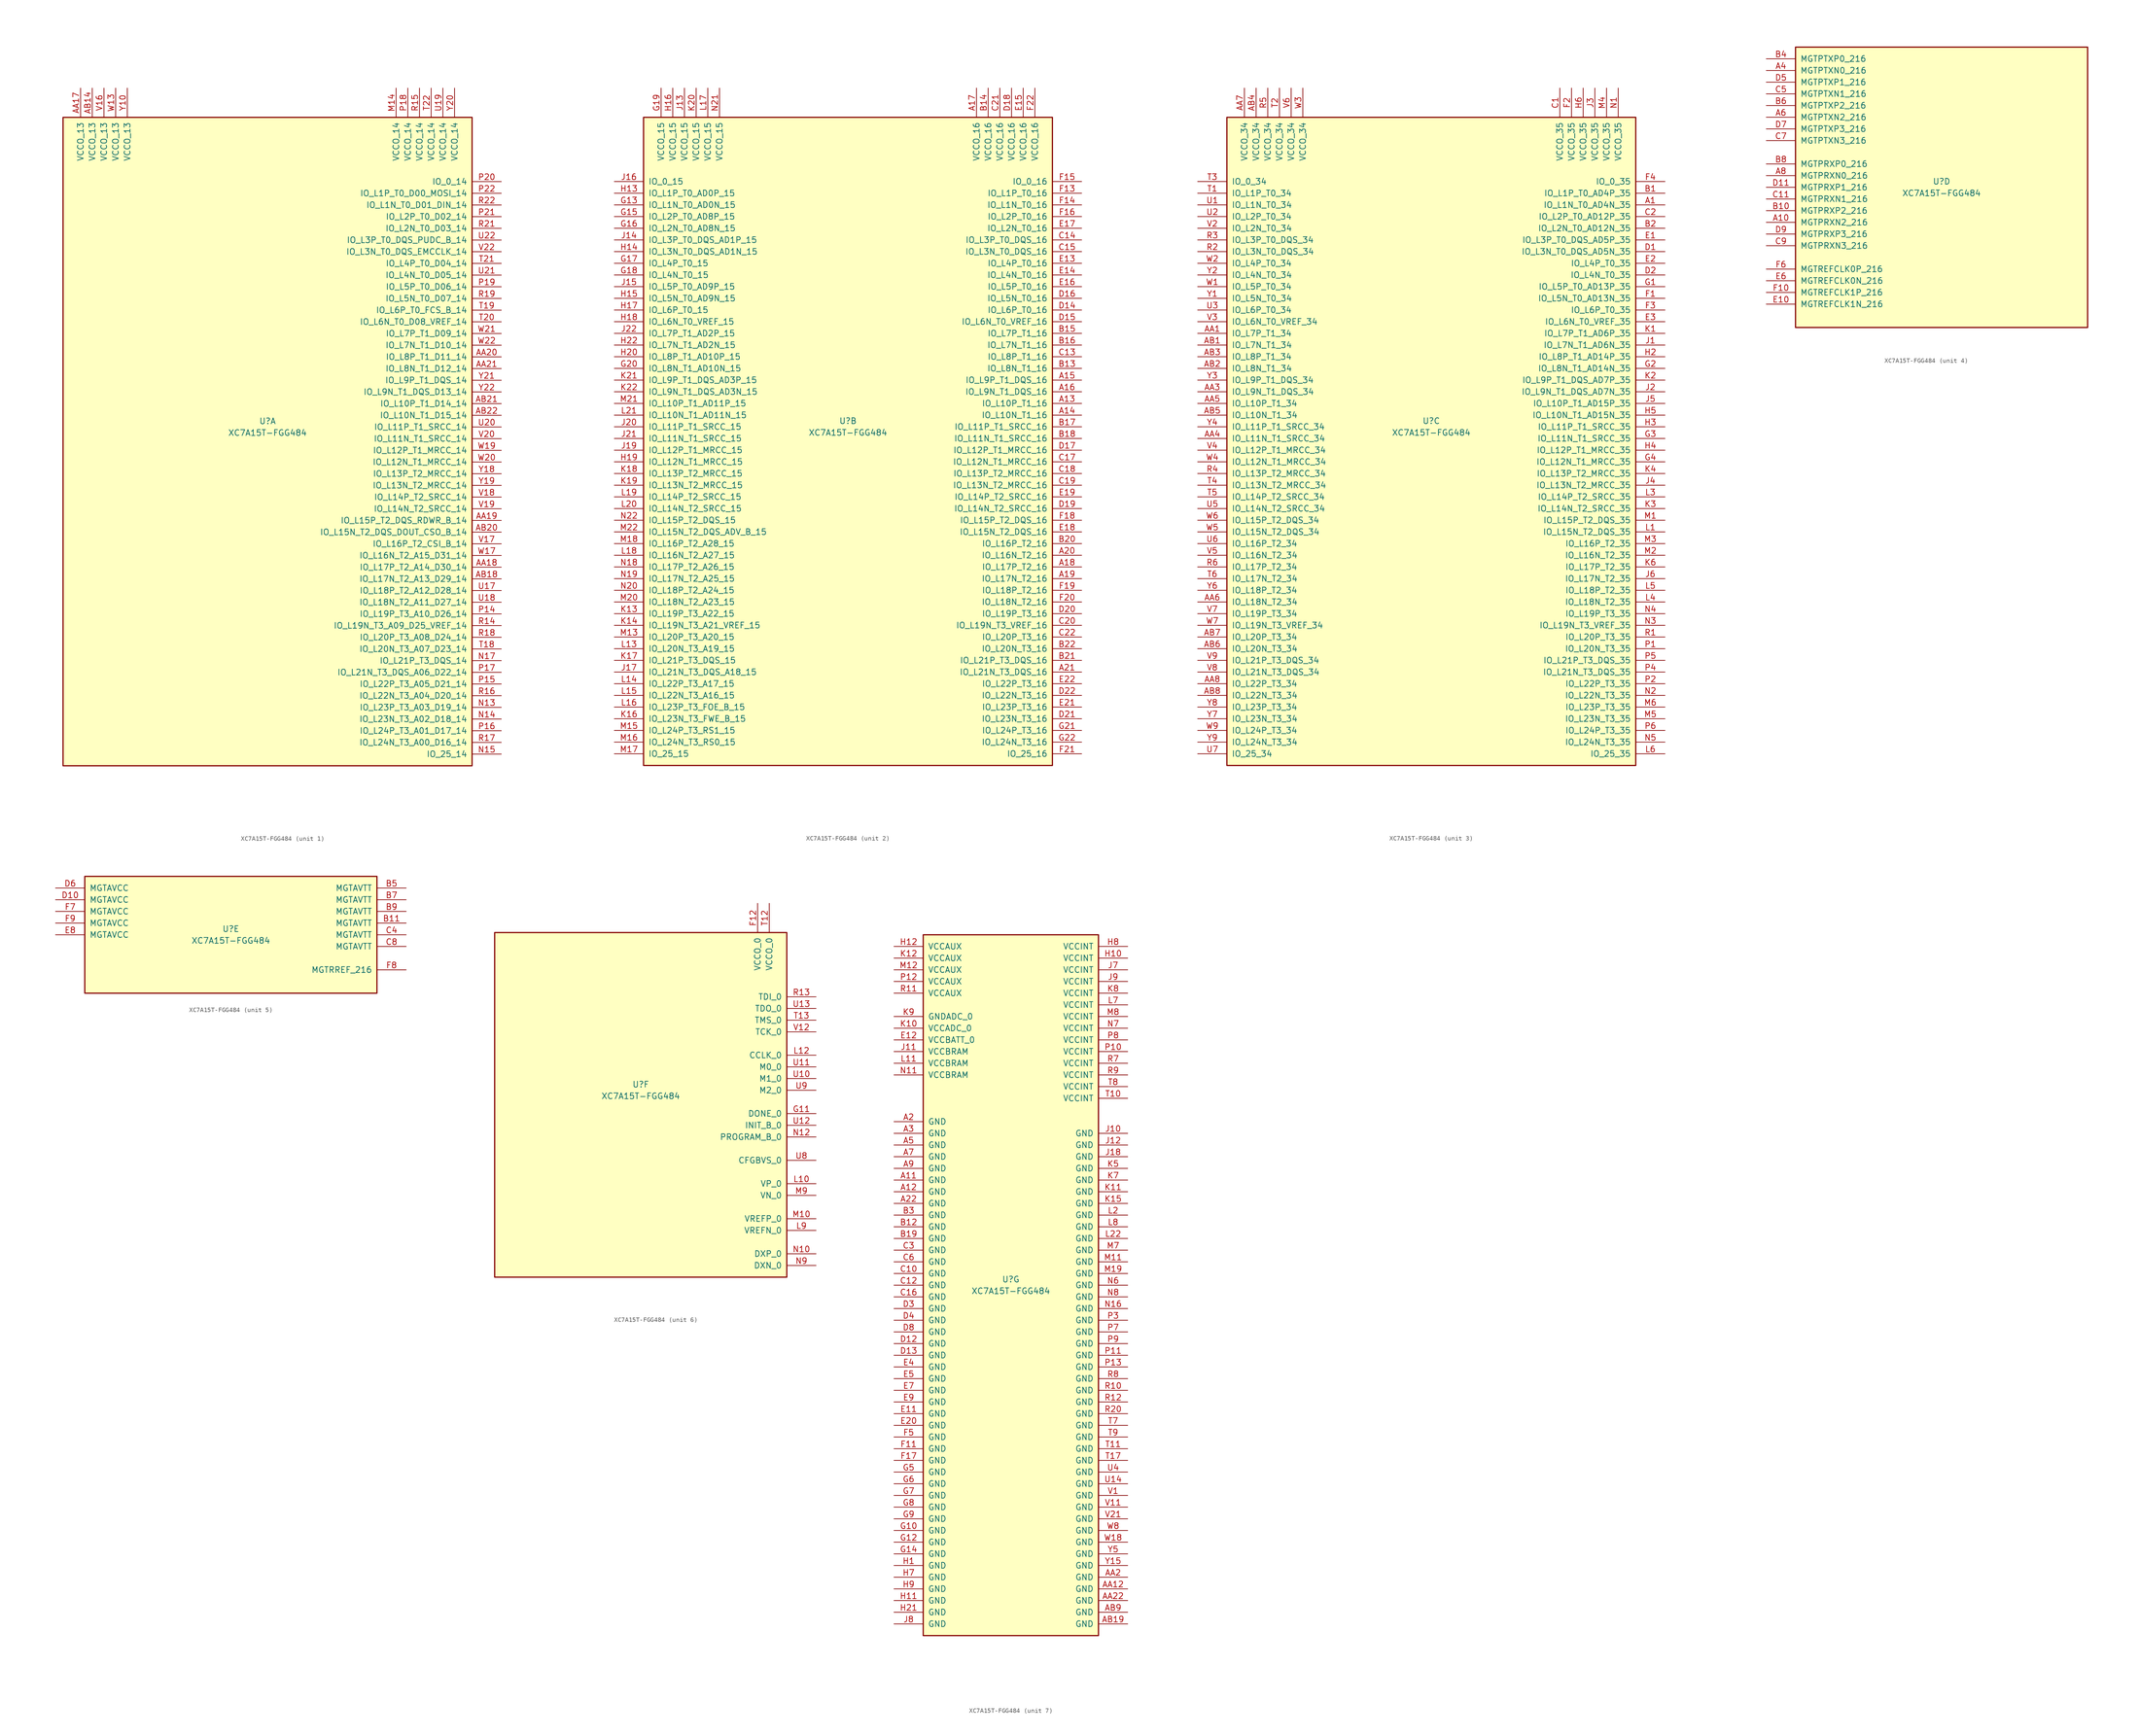
<source format=kicad_sym>
(kicad_symbol_lib
  (version 20201005)
  (generator kicad_symbol_editor)
  (symbol "FPGA_Xilinx_Artix7:XC7A15T-FGG484"
    (pin_names
      (offset 1.016))
    (property "Reference" "U"
      (at 0 1.27 0)
      (effects (font (size 1.27 1.27))))
    (property "Value" "XC7A15T-FGG484"
      (at 0 -1.27 0)
      (effects (font (size 1.27 1.27))))
    (property "Datasheet" ""
      (at 0 0 0)
      (effects (font (size 1.27 1.27))))
    (property "ki_locked" ""
      (at 0 0 0)
      (effects (font (size 1.27 1.27))))
    (symbol "XC7A15T-FGG484_1_1"
      (rectangle (start -44.45 67.31) (end 44.45 -73.66) (stroke (width 0.254)) (fill (type background)))
      (pin power_in line (at -40.64 73.66 270) (length 6.35) (name "VCCO_13" (effects (font (size 1.27 1.27)))) (number "AA17" (effects (font (size 1.27 1.27)))))
      (pin power_in line (at -38.1 73.66 270) (length 6.35) (name "VCCO_13" (effects (font (size 1.27 1.27)))) (number "AB14" (effects (font (size 1.27 1.27)))))
      (pin power_in line (at -35.56 73.66 270) (length 6.35) (name "VCCO_13" (effects (font (size 1.27 1.27)))) (number "V16" (effects (font (size 1.27 1.27)))))
      (pin power_in line (at -33.02 73.66 270) (length 6.35) (name "VCCO_13" (effects (font (size 1.27 1.27)))) (number "W13" (effects (font (size 1.27 1.27)))))
      (pin power_in line (at -30.48 73.66 270) (length 6.35) (name "VCCO_13" (effects (font (size 1.27 1.27)))) (number "Y10" (effects (font (size 1.27 1.27)))))
      (pin power_in line (at 27.94 73.66 270) (length 6.35) (name "VCCO_14" (effects (font (size 1.27 1.27)))) (number "M14" (effects (font (size 1.27 1.27)))))
      (pin power_in line (at 30.48 73.66 270) (length 6.35) (name "VCCO_14" (effects (font (size 1.27 1.27)))) (number "P18" (effects (font (size 1.27 1.27)))))
      (pin power_in line (at 33.02 73.66 270) (length 6.35) (name "VCCO_14" (effects (font (size 1.27 1.27)))) (number "R15" (effects (font (size 1.27 1.27)))))
      (pin power_in line (at 35.56 73.66 270) (length 6.35) (name "VCCO_14" (effects (font (size 1.27 1.27)))) (number "T22" (effects (font (size 1.27 1.27)))))
      (pin power_in line (at 38.1 73.66 270) (length 6.35) (name "VCCO_14" (effects (font (size 1.27 1.27)))) (number "U19" (effects (font (size 1.27 1.27)))))
      (pin power_in line (at 40.64 73.66 270) (length 6.35) (name "VCCO_14" (effects (font (size 1.27 1.27)))) (number "Y20" (effects (font (size 1.27 1.27)))))
      (pin bidirectional line (at 50.8 53.34 180) (length 6.35) (name "IO_0_14" (effects (font (size 1.27 1.27)))) (number "P20" (effects (font (size 1.27 1.27)))))
      (pin bidirectional line (at 50.8 50.8 180) (length 6.35) (name "IO_L1P_T0_D00_MOSI_14" (effects (font (size 1.27 1.27)))) (number "P22" (effects (font (size 1.27 1.27)))))
      (pin bidirectional line (at 50.8 48.26 180) (length 6.35) (name "IO_L1N_T0_D01_DIN_14" (effects (font (size 1.27 1.27)))) (number "R22" (effects (font (size 1.27 1.27)))))
      (pin bidirectional line (at 50.8 45.72 180) (length 6.35) (name "IO_L2P_T0_D02_14" (effects (font (size 1.27 1.27)))) (number "P21" (effects (font (size 1.27 1.27)))))
      (pin bidirectional line (at 50.8 43.18 180) (length 6.35) (name "IO_L2N_T0_D03_14" (effects (font (size 1.27 1.27)))) (number "R21" (effects (font (size 1.27 1.27)))))
      (pin bidirectional line (at 50.8 40.64 180) (length 6.35) (name "IO_L3P_T0_DQS_PUDC_B_14" (effects (font (size 1.27 1.27)))) (number "U22" (effects (font (size 1.27 1.27)))))
      (pin bidirectional line (at 50.8 38.1 180) (length 6.35) (name "IO_L3N_T0_DQS_EMCCLK_14" (effects (font (size 1.27 1.27)))) (number "V22" (effects (font (size 1.27 1.27)))))
      (pin bidirectional line (at 50.8 35.56 180) (length 6.35) (name "IO_L4P_T0_D04_14" (effects (font (size 1.27 1.27)))) (number "T21" (effects (font (size 1.27 1.27)))))
      (pin bidirectional line (at 50.8 33.02 180) (length 6.35) (name "IO_L4N_T0_D05_14" (effects (font (size 1.27 1.27)))) (number "U21" (effects (font (size 1.27 1.27)))))
      (pin bidirectional line (at 50.8 30.48 180) (length 6.35) (name "IO_L5P_T0_D06_14" (effects (font (size 1.27 1.27)))) (number "P19" (effects (font (size 1.27 1.27)))))
      (pin bidirectional line (at 50.8 27.94 180) (length 6.35) (name "IO_L5N_T0_D07_14" (effects (font (size 1.27 1.27)))) (number "R19" (effects (font (size 1.27 1.27)))))
      (pin bidirectional line (at 50.8 25.4 180) (length 6.35) (name "IO_L6P_T0_FCS_B_14" (effects (font (size 1.27 1.27)))) (number "T19" (effects (font (size 1.27 1.27)))))
      (pin bidirectional line (at 50.8 22.86 180) (length 6.35) (name "IO_L6N_T0_D08_VREF_14" (effects (font (size 1.27 1.27)))) (number "T20" (effects (font (size 1.27 1.27)))))
      (pin bidirectional line (at 50.8 20.32 180) (length 6.35) (name "IO_L7P_T1_D09_14" (effects (font (size 1.27 1.27)))) (number "W21" (effects (font (size 1.27 1.27)))))
      (pin bidirectional line (at 50.8 17.78 180) (length 6.35) (name "IO_L7N_T1_D10_14" (effects (font (size 1.27 1.27)))) (number "W22" (effects (font (size 1.27 1.27)))))
      (pin bidirectional line (at 50.8 15.24 180) (length 6.35) (name "IO_L8P_T1_D11_14" (effects (font (size 1.27 1.27)))) (number "AA20" (effects (font (size 1.27 1.27)))))
      (pin bidirectional line (at 50.8 12.7 180) (length 6.35) (name "IO_L8N_T1_D12_14" (effects (font (size 1.27 1.27)))) (number "AA21" (effects (font (size 1.27 1.27)))))
      (pin bidirectional line (at 50.8 10.16 180) (length 6.35) (name "IO_L9P_T1_DQS_14" (effects (font (size 1.27 1.27)))) (number "Y21" (effects (font (size 1.27 1.27)))))
      (pin bidirectional line (at 50.8 7.62 180) (length 6.35) (name "IO_L9N_T1_DQS_D13_14" (effects (font (size 1.27 1.27)))) (number "Y22" (effects (font (size 1.27 1.27)))))
      (pin bidirectional line (at 50.8 5.08 180) (length 6.35) (name "IO_L10P_T1_D14_14" (effects (font (size 1.27 1.27)))) (number "AB21" (effects (font (size 1.27 1.27)))))
      (pin bidirectional line (at 50.8 2.54 180) (length 6.35) (name "IO_L10N_T1_D15_14" (effects (font (size 1.27 1.27)))) (number "AB22" (effects (font (size 1.27 1.27)))))
      (pin bidirectional line (at 50.8 0 180) (length 6.35) (name "IO_L11P_T1_SRCC_14" (effects (font (size 1.27 1.27)))) (number "U20" (effects (font (size 1.27 1.27)))))
      (pin bidirectional line (at 50.8 -2.54 180) (length 6.35) (name "IO_L11N_T1_SRCC_14" (effects (font (size 1.27 1.27)))) (number "V20" (effects (font (size 1.27 1.27)))))
      (pin bidirectional line (at 50.8 -5.08 180) (length 6.35) (name "IO_L12P_T1_MRCC_14" (effects (font (size 1.27 1.27)))) (number "W19" (effects (font (size 1.27 1.27)))))
      (pin bidirectional line (at 50.8 -7.62 180) (length 6.35) (name "IO_L12N_T1_MRCC_14" (effects (font (size 1.27 1.27)))) (number "W20" (effects (font (size 1.27 1.27)))))
      (pin bidirectional line (at 50.8 -10.16 180) (length 6.35) (name "IO_L13P_T2_MRCC_14" (effects (font (size 1.27 1.27)))) (number "Y18" (effects (font (size 1.27 1.27)))))
      (pin bidirectional line (at 50.8 -12.7 180) (length 6.35) (name "IO_L13N_T2_MRCC_14" (effects (font (size 1.27 1.27)))) (number "Y19" (effects (font (size 1.27 1.27)))))
      (pin bidirectional line (at 50.8 -15.24 180) (length 6.35) (name "IO_L14P_T2_SRCC_14" (effects (font (size 1.27 1.27)))) (number "V18" (effects (font (size 1.27 1.27)))))
      (pin bidirectional line (at 50.8 -17.78 180) (length 6.35) (name "IO_L14N_T2_SRCC_14" (effects (font (size 1.27 1.27)))) (number "V19" (effects (font (size 1.27 1.27)))))
      (pin bidirectional line (at 50.8 -20.32 180) (length 6.35) (name "IO_L15P_T2_DQS_RDWR_B_14" (effects (font (size 1.27 1.27)))) (number "AA19" (effects (font (size 1.27 1.27)))))
      (pin bidirectional line (at 50.8 -22.86 180) (length 6.35) (name "IO_L15N_T2_DQS_DOUT_CSO_B_14" (effects (font (size 1.27 1.27)))) (number "AB20" (effects (font (size 1.27 1.27)))))
      (pin bidirectional line (at 50.8 -25.4 180) (length 6.35) (name "IO_L16P_T2_CSI_B_14" (effects (font (size 1.27 1.27)))) (number "V17" (effects (font (size 1.27 1.27)))))
      (pin bidirectional line (at 50.8 -27.94 180) (length 6.35) (name "IO_L16N_T2_A15_D31_14" (effects (font (size 1.27 1.27)))) (number "W17" (effects (font (size 1.27 1.27)))))
      (pin bidirectional line (at 50.8 -30.48 180) (length 6.35) (name "IO_L17P_T2_A14_D30_14" (effects (font (size 1.27 1.27)))) (number "AA18" (effects (font (size 1.27 1.27)))))
      (pin bidirectional line (at 50.8 -33.02 180) (length 6.35) (name "IO_L17N_T2_A13_D29_14" (effects (font (size 1.27 1.27)))) (number "AB18" (effects (font (size 1.27 1.27)))))
      (pin bidirectional line (at 50.8 -35.56 180) (length 6.35) (name "IO_L18P_T2_A12_D28_14" (effects (font (size 1.27 1.27)))) (number "U17" (effects (font (size 1.27 1.27)))))
      (pin bidirectional line (at 50.8 -38.1 180) (length 6.35) (name "IO_L18N_T2_A11_D27_14" (effects (font (size 1.27 1.27)))) (number "U18" (effects (font (size 1.27 1.27)))))
      (pin bidirectional line (at 50.8 -40.64 180) (length 6.35) (name "IO_L19P_T3_A10_D26_14" (effects (font (size 1.27 1.27)))) (number "P14" (effects (font (size 1.27 1.27)))))
      (pin bidirectional line (at 50.8 -43.18 180) (length 6.35) (name "IO_L19N_T3_A09_D25_VREF_14" (effects (font (size 1.27 1.27)))) (number "R14" (effects (font (size 1.27 1.27)))))
      (pin bidirectional line (at 50.8 -45.72 180) (length 6.35) (name "IO_L20P_T3_A08_D24_14" (effects (font (size 1.27 1.27)))) (number "R18" (effects (font (size 1.27 1.27)))))
      (pin bidirectional line (at 50.8 -48.26 180) (length 6.35) (name "IO_L20N_T3_A07_D23_14" (effects (font (size 1.27 1.27)))) (number "T18" (effects (font (size 1.27 1.27)))))
      (pin bidirectional line (at 50.8 -50.8 180) (length 6.35) (name "IO_L21P_T3_DQS_14" (effects (font (size 1.27 1.27)))) (number "N17" (effects (font (size 1.27 1.27)))))
      (pin bidirectional line (at 50.8 -53.34 180) (length 6.35) (name "IO_L21N_T3_DQS_A06_D22_14" (effects (font (size 1.27 1.27)))) (number "P17" (effects (font (size 1.27 1.27)))))
      (pin bidirectional line (at 50.8 -55.88 180) (length 6.35) (name "IO_L22P_T3_A05_D21_14" (effects (font (size 1.27 1.27)))) (number "P15" (effects (font (size 1.27 1.27)))))
      (pin bidirectional line (at 50.8 -58.42 180) (length 6.35) (name "IO_L22N_T3_A04_D20_14" (effects (font (size 1.27 1.27)))) (number "R16" (effects (font (size 1.27 1.27)))))
      (pin bidirectional line (at 50.8 -60.96 180) (length 6.35) (name "IO_L23P_T3_A03_D19_14" (effects (font (size 1.27 1.27)))) (number "N13" (effects (font (size 1.27 1.27)))))
      (pin bidirectional line (at 50.8 -63.5 180) (length 6.35) (name "IO_L23N_T3_A02_D18_14" (effects (font (size 1.27 1.27)))) (number "N14" (effects (font (size 1.27 1.27)))))
      (pin bidirectional line (at 50.8 -66.04 180) (length 6.35) (name "IO_L24P_T3_A01_D17_14" (effects (font (size 1.27 1.27)))) (number "P16" (effects (font (size 1.27 1.27)))))
      (pin bidirectional line (at 50.8 -68.58 180) (length 6.35) (name "IO_L24N_T3_A00_D16_14" (effects (font (size 1.27 1.27)))) (number "R17" (effects (font (size 1.27 1.27)))))
      (pin bidirectional line (at 50.8 -71.12 180) (length 6.35) (name "IO_25_14" (effects (font (size 1.27 1.27)))) (number "N15" (effects (font (size 1.27 1.27))))))
    (symbol "XC7A15T-FGG484_2_1"
      (rectangle (start -44.45 67.31) (end 44.45 -73.66) (stroke (width 0.254)) (fill (type background)))
      (pin power_in line (at -40.64 73.66 270) (length 6.35) (name "VCCO_15" (effects (font (size 1.27 1.27)))) (number "G19" (effects (font (size 1.27 1.27)))))
      (pin power_in line (at -38.1 73.66 270) (length 6.35) (name "VCCO_15" (effects (font (size 1.27 1.27)))) (number "H16" (effects (font (size 1.27 1.27)))))
      (pin power_in line (at -35.56 73.66 270) (length 6.35) (name "VCCO_15" (effects (font (size 1.27 1.27)))) (number "J13" (effects (font (size 1.27 1.27)))))
      (pin power_in line (at -33.02 73.66 270) (length 6.35) (name "VCCO_15" (effects (font (size 1.27 1.27)))) (number "K20" (effects (font (size 1.27 1.27)))))
      (pin power_in line (at -30.48 73.66 270) (length 6.35) (name "VCCO_15" (effects (font (size 1.27 1.27)))) (number "L17" (effects (font (size 1.27 1.27)))))
      (pin power_in line (at -27.94 73.66 270) (length 6.35) (name "VCCO_15" (effects (font (size 1.27 1.27)))) (number "N21" (effects (font (size 1.27 1.27)))))
      (pin bidirectional line (at -50.8 53.34 0) (length 6.35) (name "IO_0_15" (effects (font (size 1.27 1.27)))) (number "J16" (effects (font (size 1.27 1.27)))))
      (pin bidirectional line (at -50.8 50.8 0) (length 6.35) (name "IO_L1P_T0_AD0P_15" (effects (font (size 1.27 1.27)))) (number "H13" (effects (font (size 1.27 1.27)))))
      (pin bidirectional line (at -50.8 48.26 0) (length 6.35) (name "IO_L1N_T0_AD0N_15" (effects (font (size 1.27 1.27)))) (number "G13" (effects (font (size 1.27 1.27)))))
      (pin bidirectional line (at -50.8 45.72 0) (length 6.35) (name "IO_L2P_T0_AD8P_15" (effects (font (size 1.27 1.27)))) (number "G15" (effects (font (size 1.27 1.27)))))
      (pin bidirectional line (at -50.8 43.18 0) (length 6.35) (name "IO_L2N_T0_AD8N_15" (effects (font (size 1.27 1.27)))) (number "G16" (effects (font (size 1.27 1.27)))))
      (pin bidirectional line (at -50.8 40.64 0) (length 6.35) (name "IO_L3P_T0_DQS_AD1P_15" (effects (font (size 1.27 1.27)))) (number "J14" (effects (font (size 1.27 1.27)))))
      (pin bidirectional line (at -50.8 38.1 0) (length 6.35) (name "IO_L3N_T0_DQS_AD1N_15" (effects (font (size 1.27 1.27)))) (number "H14" (effects (font (size 1.27 1.27)))))
      (pin bidirectional line (at -50.8 35.56 0) (length 6.35) (name "IO_L4P_T0_15" (effects (font (size 1.27 1.27)))) (number "G17" (effects (font (size 1.27 1.27)))))
      (pin bidirectional line (at -50.8 33.02 0) (length 6.35) (name "IO_L4N_T0_15" (effects (font (size 1.27 1.27)))) (number "G18" (effects (font (size 1.27 1.27)))))
      (pin bidirectional line (at -50.8 30.48 0) (length 6.35) (name "IO_L5P_T0_AD9P_15" (effects (font (size 1.27 1.27)))) (number "J15" (effects (font (size 1.27 1.27)))))
      (pin bidirectional line (at -50.8 27.94 0) (length 6.35) (name "IO_L5N_T0_AD9N_15" (effects (font (size 1.27 1.27)))) (number "H15" (effects (font (size 1.27 1.27)))))
      (pin bidirectional line (at -50.8 25.4 0) (length 6.35) (name "IO_L6P_T0_15" (effects (font (size 1.27 1.27)))) (number "H17" (effects (font (size 1.27 1.27)))))
      (pin bidirectional line (at -50.8 22.86 0) (length 6.35) (name "IO_L6N_T0_VREF_15" (effects (font (size 1.27 1.27)))) (number "H18" (effects (font (size 1.27 1.27)))))
      (pin bidirectional line (at -50.8 20.32 0) (length 6.35) (name "IO_L7P_T1_AD2P_15" (effects (font (size 1.27 1.27)))) (number "J22" (effects (font (size 1.27 1.27)))))
      (pin bidirectional line (at -50.8 17.78 0) (length 6.35) (name "IO_L7N_T1_AD2N_15" (effects (font (size 1.27 1.27)))) (number "H22" (effects (font (size 1.27 1.27)))))
      (pin bidirectional line (at -50.8 15.24 0) (length 6.35) (name "IO_L8P_T1_AD10P_15" (effects (font (size 1.27 1.27)))) (number "H20" (effects (font (size 1.27 1.27)))))
      (pin bidirectional line (at -50.8 12.7 0) (length 6.35) (name "IO_L8N_T1_AD10N_15" (effects (font (size 1.27 1.27)))) (number "G20" (effects (font (size 1.27 1.27)))))
      (pin bidirectional line (at -50.8 10.16 0) (length 6.35) (name "IO_L9P_T1_DQS_AD3P_15" (effects (font (size 1.27 1.27)))) (number "K21" (effects (font (size 1.27 1.27)))))
      (pin bidirectional line (at -50.8 7.62 0) (length 6.35) (name "IO_L9N_T1_DQS_AD3N_15" (effects (font (size 1.27 1.27)))) (number "K22" (effects (font (size 1.27 1.27)))))
      (pin bidirectional line (at -50.8 5.08 0) (length 6.35) (name "IO_L10P_T1_AD11P_15" (effects (font (size 1.27 1.27)))) (number "M21" (effects (font (size 1.27 1.27)))))
      (pin bidirectional line (at -50.8 2.54 0) (length 6.35) (name "IO_L10N_T1_AD11N_15" (effects (font (size 1.27 1.27)))) (number "L21" (effects (font (size 1.27 1.27)))))
      (pin bidirectional line (at -50.8 0 0) (length 6.35) (name "IO_L11P_T1_SRCC_15" (effects (font (size 1.27 1.27)))) (number "J20" (effects (font (size 1.27 1.27)))))
      (pin bidirectional line (at -50.8 -2.54 0) (length 6.35) (name "IO_L11N_T1_SRCC_15" (effects (font (size 1.27 1.27)))) (number "J21" (effects (font (size 1.27 1.27)))))
      (pin bidirectional line (at -50.8 -5.08 0) (length 6.35) (name "IO_L12P_T1_MRCC_15" (effects (font (size 1.27 1.27)))) (number "J19" (effects (font (size 1.27 1.27)))))
      (pin bidirectional line (at -50.8 -7.62 0) (length 6.35) (name "IO_L12N_T1_MRCC_15" (effects (font (size 1.27 1.27)))) (number "H19" (effects (font (size 1.27 1.27)))))
      (pin bidirectional line (at -50.8 -10.16 0) (length 6.35) (name "IO_L13P_T2_MRCC_15" (effects (font (size 1.27 1.27)))) (number "K18" (effects (font (size 1.27 1.27)))))
      (pin bidirectional line (at -50.8 -12.7 0) (length 6.35) (name "IO_L13N_T2_MRCC_15" (effects (font (size 1.27 1.27)))) (number "K19" (effects (font (size 1.27 1.27)))))
      (pin bidirectional line (at -50.8 -15.24 0) (length 6.35) (name "IO_L14P_T2_SRCC_15" (effects (font (size 1.27 1.27)))) (number "L19" (effects (font (size 1.27 1.27)))))
      (pin bidirectional line (at -50.8 -17.78 0) (length 6.35) (name "IO_L14N_T2_SRCC_15" (effects (font (size 1.27 1.27)))) (number "L20" (effects (font (size 1.27 1.27)))))
      (pin bidirectional line (at -50.8 -20.32 0) (length 6.35) (name "IO_L15P_T2_DQS_15" (effects (font (size 1.27 1.27)))) (number "N22" (effects (font (size 1.27 1.27)))))
      (pin bidirectional line (at -50.8 -22.86 0) (length 6.35) (name "IO_L15N_T2_DQS_ADV_B_15" (effects (font (size 1.27 1.27)))) (number "M22" (effects (font (size 1.27 1.27)))))
      (pin bidirectional line (at -50.8 -25.4 0) (length 6.35) (name "IO_L16P_T2_A28_15" (effects (font (size 1.27 1.27)))) (number "M18" (effects (font (size 1.27 1.27)))))
      (pin bidirectional line (at -50.8 -27.94 0) (length 6.35) (name "IO_L16N_T2_A27_15" (effects (font (size 1.27 1.27)))) (number "L18" (effects (font (size 1.27 1.27)))))
      (pin bidirectional line (at -50.8 -30.48 0) (length 6.35) (name "IO_L17P_T2_A26_15" (effects (font (size 1.27 1.27)))) (number "N18" (effects (font (size 1.27 1.27)))))
      (pin bidirectional line (at -50.8 -33.02 0) (length 6.35) (name "IO_L17N_T2_A25_15" (effects (font (size 1.27 1.27)))) (number "N19" (effects (font (size 1.27 1.27)))))
      (pin bidirectional line (at -50.8 -35.56 0) (length 6.35) (name "IO_L18P_T2_A24_15" (effects (font (size 1.27 1.27)))) (number "N20" (effects (font (size 1.27 1.27)))))
      (pin bidirectional line (at -50.8 -38.1 0) (length 6.35) (name "IO_L18N_T2_A23_15" (effects (font (size 1.27 1.27)))) (number "M20" (effects (font (size 1.27 1.27)))))
      (pin bidirectional line (at -50.8 -40.64 0) (length 6.35) (name "IO_L19P_T3_A22_15" (effects (font (size 1.27 1.27)))) (number "K13" (effects (font (size 1.27 1.27)))))
      (pin bidirectional line (at -50.8 -43.18 0) (length 6.35) (name "IO_L19N_T3_A21_VREF_15" (effects (font (size 1.27 1.27)))) (number "K14" (effects (font (size 1.27 1.27)))))
      (pin bidirectional line (at -50.8 -45.72 0) (length 6.35) (name "IO_L20P_T3_A20_15" (effects (font (size 1.27 1.27)))) (number "M13" (effects (font (size 1.27 1.27)))))
      (pin bidirectional line (at -50.8 -48.26 0) (length 6.35) (name "IO_L20N_T3_A19_15" (effects (font (size 1.27 1.27)))) (number "L13" (effects (font (size 1.27 1.27)))))
      (pin bidirectional line (at -50.8 -50.8 0) (length 6.35) (name "IO_L21P_T3_DQS_15" (effects (font (size 1.27 1.27)))) (number "K17" (effects (font (size 1.27 1.27)))))
      (pin bidirectional line (at -50.8 -53.34 0) (length 6.35) (name "IO_L21N_T3_DQS_A18_15" (effects (font (size 1.27 1.27)))) (number "J17" (effects (font (size 1.27 1.27)))))
      (pin bidirectional line (at -50.8 -55.88 0) (length 6.35) (name "IO_L22P_T3_A17_15" (effects (font (size 1.27 1.27)))) (number "L14" (effects (font (size 1.27 1.27)))))
      (pin bidirectional line (at -50.8 -58.42 0) (length 6.35) (name "IO_L22N_T3_A16_15" (effects (font (size 1.27 1.27)))) (number "L15" (effects (font (size 1.27 1.27)))))
      (pin bidirectional line (at -50.8 -60.96 0) (length 6.35) (name "IO_L23P_T3_FOE_B_15" (effects (font (size 1.27 1.27)))) (number "L16" (effects (font (size 1.27 1.27)))))
      (pin bidirectional line (at -50.8 -63.5 0) (length 6.35) (name "IO_L23N_T3_FWE_B_15" (effects (font (size 1.27 1.27)))) (number "K16" (effects (font (size 1.27 1.27)))))
      (pin bidirectional line (at -50.8 -66.04 0) (length 6.35) (name "IO_L24P_T3_RS1_15" (effects (font (size 1.27 1.27)))) (number "M15" (effects (font (size 1.27 1.27)))))
      (pin bidirectional line (at -50.8 -68.58 0) (length 6.35) (name "IO_L24N_T3_RS0_15" (effects (font (size 1.27 1.27)))) (number "M16" (effects (font (size 1.27 1.27)))))
      (pin bidirectional line (at -50.8 -71.12 0) (length 6.35) (name "IO_25_15" (effects (font (size 1.27 1.27)))) (number "M17" (effects (font (size 1.27 1.27)))))
      (pin power_in line (at 27.94 73.66 270) (length 6.35) (name "VCCO_16" (effects (font (size 1.27 1.27)))) (number "A17" (effects (font (size 1.27 1.27)))))
      (pin power_in line (at 30.48 73.66 270) (length 6.35) (name "VCCO_16" (effects (font (size 1.27 1.27)))) (number "B14" (effects (font (size 1.27 1.27)))))
      (pin power_in line (at 33.02 73.66 270) (length 6.35) (name "VCCO_16" (effects (font (size 1.27 1.27)))) (number "C21" (effects (font (size 1.27 1.27)))))
      (pin power_in line (at 35.56 73.66 270) (length 6.35) (name "VCCO_16" (effects (font (size 1.27 1.27)))) (number "D18" (effects (font (size 1.27 1.27)))))
      (pin power_in line (at 38.1 73.66 270) (length 6.35) (name "VCCO_16" (effects (font (size 1.27 1.27)))) (number "E15" (effects (font (size 1.27 1.27)))))
      (pin power_in line (at 40.64 73.66 270) (length 6.35) (name "VCCO_16" (effects (font (size 1.27 1.27)))) (number "F22" (effects (font (size 1.27 1.27)))))
      (pin bidirectional line (at 50.8 53.34 180) (length 6.35) (name "IO_0_16" (effects (font (size 1.27 1.27)))) (number "F15" (effects (font (size 1.27 1.27)))))
      (pin bidirectional line (at 50.8 50.8 180) (length 6.35) (name "IO_L1P_T0_16" (effects (font (size 1.27 1.27)))) (number "F13" (effects (font (size 1.27 1.27)))))
      (pin bidirectional line (at 50.8 48.26 180) (length 6.35) (name "IO_L1N_T0_16" (effects (font (size 1.27 1.27)))) (number "F14" (effects (font (size 1.27 1.27)))))
      (pin bidirectional line (at 50.8 45.72 180) (length 6.35) (name "IO_L2P_T0_16" (effects (font (size 1.27 1.27)))) (number "F16" (effects (font (size 1.27 1.27)))))
      (pin bidirectional line (at 50.8 43.18 180) (length 6.35) (name "IO_L2N_T0_16" (effects (font (size 1.27 1.27)))) (number "E17" (effects (font (size 1.27 1.27)))))
      (pin bidirectional line (at 50.8 40.64 180) (length 6.35) (name "IO_L3P_T0_DQS_16" (effects (font (size 1.27 1.27)))) (number "C14" (effects (font (size 1.27 1.27)))))
      (pin bidirectional line (at 50.8 38.1 180) (length 6.35) (name "IO_L3N_T0_DQS_16" (effects (font (size 1.27 1.27)))) (number "C15" (effects (font (size 1.27 1.27)))))
      (pin bidirectional line (at 50.8 35.56 180) (length 6.35) (name "IO_L4P_T0_16" (effects (font (size 1.27 1.27)))) (number "E13" (effects (font (size 1.27 1.27)))))
      (pin bidirectional line (at 50.8 33.02 180) (length 6.35) (name "IO_L4N_T0_16" (effects (font (size 1.27 1.27)))) (number "E14" (effects (font (size 1.27 1.27)))))
      (pin bidirectional line (at 50.8 30.48 180) (length 6.35) (name "IO_L5P_T0_16" (effects (font (size 1.27 1.27)))) (number "E16" (effects (font (size 1.27 1.27)))))
      (pin bidirectional line (at 50.8 27.94 180) (length 6.35) (name "IO_L5N_T0_16" (effects (font (size 1.27 1.27)))) (number "D16" (effects (font (size 1.27 1.27)))))
      (pin bidirectional line (at 50.8 25.4 180) (length 6.35) (name "IO_L6P_T0_16" (effects (font (size 1.27 1.27)))) (number "D14" (effects (font (size 1.27 1.27)))))
      (pin bidirectional line (at 50.8 22.86 180) (length 6.35) (name "IO_L6N_T0_VREF_16" (effects (font (size 1.27 1.27)))) (number "D15" (effects (font (size 1.27 1.27)))))
      (pin bidirectional line (at 50.8 20.32 180) (length 6.35) (name "IO_L7P_T1_16" (effects (font (size 1.27 1.27)))) (number "B15" (effects (font (size 1.27 1.27)))))
      (pin bidirectional line (at 50.8 17.78 180) (length 6.35) (name "IO_L7N_T1_16" (effects (font (size 1.27 1.27)))) (number "B16" (effects (font (size 1.27 1.27)))))
      (pin bidirectional line (at 50.8 15.24 180) (length 6.35) (name "IO_L8P_T1_16" (effects (font (size 1.27 1.27)))) (number "C13" (effects (font (size 1.27 1.27)))))
      (pin bidirectional line (at 50.8 12.7 180) (length 6.35) (name "IO_L8N_T1_16" (effects (font (size 1.27 1.27)))) (number "B13" (effects (font (size 1.27 1.27)))))
      (pin bidirectional line (at 50.8 10.16 180) (length 6.35) (name "IO_L9P_T1_DQS_16" (effects (font (size 1.27 1.27)))) (number "A15" (effects (font (size 1.27 1.27)))))
      (pin bidirectional line (at 50.8 7.62 180) (length 6.35) (name "IO_L9N_T1_DQS_16" (effects (font (size 1.27 1.27)))) (number "A16" (effects (font (size 1.27 1.27)))))
      (pin bidirectional line (at 50.8 5.08 180) (length 6.35) (name "IO_L10P_T1_16" (effects (font (size 1.27 1.27)))) (number "A13" (effects (font (size 1.27 1.27)))))
      (pin bidirectional line (at 50.8 2.54 180) (length 6.35) (name "IO_L10N_T1_16" (effects (font (size 1.27 1.27)))) (number "A14" (effects (font (size 1.27 1.27)))))
      (pin bidirectional line (at 50.8 0 180) (length 6.35) (name "IO_L11P_T1_SRCC_16" (effects (font (size 1.27 1.27)))) (number "B17" (effects (font (size 1.27 1.27)))))
      (pin bidirectional line (at 50.8 -2.54 180) (length 6.35) (name "IO_L11N_T1_SRCC_16" (effects (font (size 1.27 1.27)))) (number "B18" (effects (font (size 1.27 1.27)))))
      (pin bidirectional line (at 50.8 -5.08 180) (length 6.35) (name "IO_L12P_T1_MRCC_16" (effects (font (size 1.27 1.27)))) (number "D17" (effects (font (size 1.27 1.27)))))
      (pin bidirectional line (at 50.8 -7.62 180) (length 6.35) (name "IO_L12N_T1_MRCC_16" (effects (font (size 1.27 1.27)))) (number "C17" (effects (font (size 1.27 1.27)))))
      (pin bidirectional line (at 50.8 -10.16 180) (length 6.35) (name "IO_L13P_T2_MRCC_16" (effects (font (size 1.27 1.27)))) (number "C18" (effects (font (size 1.27 1.27)))))
      (pin bidirectional line (at 50.8 -12.7 180) (length 6.35) (name "IO_L13N_T2_MRCC_16" (effects (font (size 1.27 1.27)))) (number "C19" (effects (font (size 1.27 1.27)))))
      (pin bidirectional line (at 50.8 -15.24 180) (length 6.35) (name "IO_L14P_T2_SRCC_16" (effects (font (size 1.27 1.27)))) (number "E19" (effects (font (size 1.27 1.27)))))
      (pin bidirectional line (at 50.8 -17.78 180) (length 6.35) (name "IO_L14N_T2_SRCC_16" (effects (font (size 1.27 1.27)))) (number "D19" (effects (font (size 1.27 1.27)))))
      (pin bidirectional line (at 50.8 -20.32 180) (length 6.35) (name "IO_L15P_T2_DQS_16" (effects (font (size 1.27 1.27)))) (number "F18" (effects (font (size 1.27 1.27)))))
      (pin bidirectional line (at 50.8 -22.86 180) (length 6.35) (name "IO_L15N_T2_DQS_16" (effects (font (size 1.27 1.27)))) (number "E18" (effects (font (size 1.27 1.27)))))
      (pin bidirectional line (at 50.8 -25.4 180) (length 6.35) (name "IO_L16P_T2_16" (effects (font (size 1.27 1.27)))) (number "B20" (effects (font (size 1.27 1.27)))))
      (pin bidirectional line (at 50.8 -27.94 180) (length 6.35) (name "IO_L16N_T2_16" (effects (font (size 1.27 1.27)))) (number "A20" (effects (font (size 1.27 1.27)))))
      (pin bidirectional line (at 50.8 -30.48 180) (length 6.35) (name "IO_L17P_T2_16" (effects (font (size 1.27 1.27)))) (number "A18" (effects (font (size 1.27 1.27)))))
      (pin bidirectional line (at 50.8 -33.02 180) (length 6.35) (name "IO_L17N_T2_16" (effects (font (size 1.27 1.27)))) (number "A19" (effects (font (size 1.27 1.27)))))
      (pin bidirectional line (at 50.8 -35.56 180) (length 6.35) (name "IO_L18P_T2_16" (effects (font (size 1.27 1.27)))) (number "F19" (effects (font (size 1.27 1.27)))))
      (pin bidirectional line (at 50.8 -38.1 180) (length 6.35) (name "IO_L18N_T2_16" (effects (font (size 1.27 1.27)))) (number "F20" (effects (font (size 1.27 1.27)))))
      (pin bidirectional line (at 50.8 -40.64 180) (length 6.35) (name "IO_L19P_T3_16" (effects (font (size 1.27 1.27)))) (number "D20" (effects (font (size 1.27 1.27)))))
      (pin bidirectional line (at 50.8 -43.18 180) (length 6.35) (name "IO_L19N_T3_VREF_16" (effects (font (size 1.27 1.27)))) (number "C20" (effects (font (size 1.27 1.27)))))
      (pin bidirectional line (at 50.8 -45.72 180) (length 6.35) (name "IO_L20P_T3_16" (effects (font (size 1.27 1.27)))) (number "C22" (effects (font (size 1.27 1.27)))))
      (pin bidirectional line (at 50.8 -48.26 180) (length 6.35) (name "IO_L20N_T3_16" (effects (font (size 1.27 1.27)))) (number "B22" (effects (font (size 1.27 1.27)))))
      (pin bidirectional line (at 50.8 -50.8 180) (length 6.35) (name "IO_L21P_T3_DQS_16" (effects (font (size 1.27 1.27)))) (number "B21" (effects (font (size 1.27 1.27)))))
      (pin bidirectional line (at 50.8 -53.34 180) (length 6.35) (name "IO_L21N_T3_DQS_16" (effects (font (size 1.27 1.27)))) (number "A21" (effects (font (size 1.27 1.27)))))
      (pin bidirectional line (at 50.8 -55.88 180) (length 6.35) (name "IO_L22P_T3_16" (effects (font (size 1.27 1.27)))) (number "E22" (effects (font (size 1.27 1.27)))))
      (pin bidirectional line (at 50.8 -58.42 180) (length 6.35) (name "IO_L22N_T3_16" (effects (font (size 1.27 1.27)))) (number "D22" (effects (font (size 1.27 1.27)))))
      (pin bidirectional line (at 50.8 -60.96 180) (length 6.35) (name "IO_L23P_T3_16" (effects (font (size 1.27 1.27)))) (number "E21" (effects (font (size 1.27 1.27)))))
      (pin bidirectional line (at 50.8 -63.5 180) (length 6.35) (name "IO_L23N_T3_16" (effects (font (size 1.27 1.27)))) (number "D21" (effects (font (size 1.27 1.27)))))
      (pin bidirectional line (at 50.8 -66.04 180) (length 6.35) (name "IO_L24P_T3_16" (effects (font (size 1.27 1.27)))) (number "G21" (effects (font (size 1.27 1.27)))))
      (pin bidirectional line (at 50.8 -68.58 180) (length 6.35) (name "IO_L24N_T3_16" (effects (font (size 1.27 1.27)))) (number "G22" (effects (font (size 1.27 1.27)))))
      (pin bidirectional line (at 50.8 -71.12 180) (length 6.35) (name "IO_25_16" (effects (font (size 1.27 1.27)))) (number "F21" (effects (font (size 1.27 1.27))))))
    (symbol "XC7A15T-FGG484_3_1"
      (rectangle (start -44.45 67.31) (end 44.45 -73.66) (stroke (width 0.254)) (fill (type background)))
      (pin power_in line (at -40.64 73.66 270) (length 6.35) (name "VCCO_34" (effects (font (size 1.27 1.27)))) (number "AA7" (effects (font (size 1.27 1.27)))))
      (pin power_in line (at -38.1 73.66 270) (length 6.35) (name "VCCO_34" (effects (font (size 1.27 1.27)))) (number "AB4" (effects (font (size 1.27 1.27)))))
      (pin power_in line (at -35.56 73.66 270) (length 6.35) (name "VCCO_34" (effects (font (size 1.27 1.27)))) (number "R5" (effects (font (size 1.27 1.27)))))
      (pin power_in line (at -33.02 73.66 270) (length 6.35) (name "VCCO_34" (effects (font (size 1.27 1.27)))) (number "T2" (effects (font (size 1.27 1.27)))))
      (pin power_in line (at -30.48 73.66 270) (length 6.35) (name "VCCO_34" (effects (font (size 1.27 1.27)))) (number "V6" (effects (font (size 1.27 1.27)))))
      (pin power_in line (at -27.94 73.66 270) (length 6.35) (name "VCCO_34" (effects (font (size 1.27 1.27)))) (number "W3" (effects (font (size 1.27 1.27)))))
      (pin bidirectional line (at -50.8 53.34 0) (length 6.35) (name "IO_0_34" (effects (font (size 1.27 1.27)))) (number "T3" (effects (font (size 1.27 1.27)))))
      (pin bidirectional line (at -50.8 50.8 0) (length 6.35) (name "IO_L1P_T0_34" (effects (font (size 1.27 1.27)))) (number "T1" (effects (font (size 1.27 1.27)))))
      (pin bidirectional line (at -50.8 48.26 0) (length 6.35) (name "IO_L1N_T0_34" (effects (font (size 1.27 1.27)))) (number "U1" (effects (font (size 1.27 1.27)))))
      (pin bidirectional line (at -50.8 45.72 0) (length 6.35) (name "IO_L2P_T0_34" (effects (font (size 1.27 1.27)))) (number "U2" (effects (font (size 1.27 1.27)))))
      (pin bidirectional line (at -50.8 43.18 0) (length 6.35) (name "IO_L2N_T0_34" (effects (font (size 1.27 1.27)))) (number "V2" (effects (font (size 1.27 1.27)))))
      (pin bidirectional line (at -50.8 40.64 0) (length 6.35) (name "IO_L3P_T0_DQS_34" (effects (font (size 1.27 1.27)))) (number "R3" (effects (font (size 1.27 1.27)))))
      (pin bidirectional line (at -50.8 38.1 0) (length 6.35) (name "IO_L3N_T0_DQS_34" (effects (font (size 1.27 1.27)))) (number "R2" (effects (font (size 1.27 1.27)))))
      (pin bidirectional line (at -50.8 35.56 0) (length 6.35) (name "IO_L4P_T0_34" (effects (font (size 1.27 1.27)))) (number "W2" (effects (font (size 1.27 1.27)))))
      (pin bidirectional line (at -50.8 33.02 0) (length 6.35) (name "IO_L4N_T0_34" (effects (font (size 1.27 1.27)))) (number "Y2" (effects (font (size 1.27 1.27)))))
      (pin bidirectional line (at -50.8 30.48 0) (length 6.35) (name "IO_L5P_T0_34" (effects (font (size 1.27 1.27)))) (number "W1" (effects (font (size 1.27 1.27)))))
      (pin bidirectional line (at -50.8 27.94 0) (length 6.35) (name "IO_L5N_T0_34" (effects (font (size 1.27 1.27)))) (number "Y1" (effects (font (size 1.27 1.27)))))
      (pin bidirectional line (at -50.8 25.4 0) (length 6.35) (name "IO_L6P_T0_34" (effects (font (size 1.27 1.27)))) (number "U3" (effects (font (size 1.27 1.27)))))
      (pin bidirectional line (at -50.8 22.86 0) (length 6.35) (name "IO_L6N_T0_VREF_34" (effects (font (size 1.27 1.27)))) (number "V3" (effects (font (size 1.27 1.27)))))
      (pin bidirectional line (at -50.8 20.32 0) (length 6.35) (name "IO_L7P_T1_34" (effects (font (size 1.27 1.27)))) (number "AA1" (effects (font (size 1.27 1.27)))))
      (pin bidirectional line (at -50.8 17.78 0) (length 6.35) (name "IO_L7N_T1_34" (effects (font (size 1.27 1.27)))) (number "AB1" (effects (font (size 1.27 1.27)))))
      (pin bidirectional line (at -50.8 15.24 0) (length 6.35) (name "IO_L8P_T1_34" (effects (font (size 1.27 1.27)))) (number "AB3" (effects (font (size 1.27 1.27)))))
      (pin bidirectional line (at -50.8 12.7 0) (length 6.35) (name "IO_L8N_T1_34" (effects (font (size 1.27 1.27)))) (number "AB2" (effects (font (size 1.27 1.27)))))
      (pin bidirectional line (at -50.8 10.16 0) (length 6.35) (name "IO_L9P_T1_DQS_34" (effects (font (size 1.27 1.27)))) (number "Y3" (effects (font (size 1.27 1.27)))))
      (pin bidirectional line (at -50.8 7.62 0) (length 6.35) (name "IO_L9N_T1_DQS_34" (effects (font (size 1.27 1.27)))) (number "AA3" (effects (font (size 1.27 1.27)))))
      (pin bidirectional line (at -50.8 5.08 0) (length 6.35) (name "IO_L10P_T1_34" (effects (font (size 1.27 1.27)))) (number "AA5" (effects (font (size 1.27 1.27)))))
      (pin bidirectional line (at -50.8 2.54 0) (length 6.35) (name "IO_L10N_T1_34" (effects (font (size 1.27 1.27)))) (number "AB5" (effects (font (size 1.27 1.27)))))
      (pin bidirectional line (at -50.8 0 0) (length 6.35) (name "IO_L11P_T1_SRCC_34" (effects (font (size 1.27 1.27)))) (number "Y4" (effects (font (size 1.27 1.27)))))
      (pin bidirectional line (at -50.8 -2.54 0) (length 6.35) (name "IO_L11N_T1_SRCC_34" (effects (font (size 1.27 1.27)))) (number "AA4" (effects (font (size 1.27 1.27)))))
      (pin bidirectional line (at -50.8 -5.08 0) (length 6.35) (name "IO_L12P_T1_MRCC_34" (effects (font (size 1.27 1.27)))) (number "V4" (effects (font (size 1.27 1.27)))))
      (pin bidirectional line (at -50.8 -7.62 0) (length 6.35) (name "IO_L12N_T1_MRCC_34" (effects (font (size 1.27 1.27)))) (number "W4" (effects (font (size 1.27 1.27)))))
      (pin bidirectional line (at -50.8 -10.16 0) (length 6.35) (name "IO_L13P_T2_MRCC_34" (effects (font (size 1.27 1.27)))) (number "R4" (effects (font (size 1.27 1.27)))))
      (pin bidirectional line (at -50.8 -12.7 0) (length 6.35) (name "IO_L13N_T2_MRCC_34" (effects (font (size 1.27 1.27)))) (number "T4" (effects (font (size 1.27 1.27)))))
      (pin bidirectional line (at -50.8 -15.24 0) (length 6.35) (name "IO_L14P_T2_SRCC_34" (effects (font (size 1.27 1.27)))) (number "T5" (effects (font (size 1.27 1.27)))))
      (pin bidirectional line (at -50.8 -17.78 0) (length 6.35) (name "IO_L14N_T2_SRCC_34" (effects (font (size 1.27 1.27)))) (number "U5" (effects (font (size 1.27 1.27)))))
      (pin bidirectional line (at -50.8 -20.32 0) (length 6.35) (name "IO_L15P_T2_DQS_34" (effects (font (size 1.27 1.27)))) (number "W6" (effects (font (size 1.27 1.27)))))
      (pin bidirectional line (at -50.8 -22.86 0) (length 6.35) (name "IO_L15N_T2_DQS_34" (effects (font (size 1.27 1.27)))) (number "W5" (effects (font (size 1.27 1.27)))))
      (pin bidirectional line (at -50.8 -25.4 0) (length 6.35) (name "IO_L16P_T2_34" (effects (font (size 1.27 1.27)))) (number "U6" (effects (font (size 1.27 1.27)))))
      (pin bidirectional line (at -50.8 -27.94 0) (length 6.35) (name "IO_L16N_T2_34" (effects (font (size 1.27 1.27)))) (number "V5" (effects (font (size 1.27 1.27)))))
      (pin bidirectional line (at -50.8 -30.48 0) (length 6.35) (name "IO_L17P_T2_34" (effects (font (size 1.27 1.27)))) (number "R6" (effects (font (size 1.27 1.27)))))
      (pin bidirectional line (at -50.8 -33.02 0) (length 6.35) (name "IO_L17N_T2_34" (effects (font (size 1.27 1.27)))) (number "T6" (effects (font (size 1.27 1.27)))))
      (pin bidirectional line (at -50.8 -35.56 0) (length 6.35) (name "IO_L18P_T2_34" (effects (font (size 1.27 1.27)))) (number "Y6" (effects (font (size 1.27 1.27)))))
      (pin bidirectional line (at -50.8 -38.1 0) (length 6.35) (name "IO_L18N_T2_34" (effects (font (size 1.27 1.27)))) (number "AA6" (effects (font (size 1.27 1.27)))))
      (pin bidirectional line (at -50.8 -40.64 0) (length 6.35) (name "IO_L19P_T3_34" (effects (font (size 1.27 1.27)))) (number "V7" (effects (font (size 1.27 1.27)))))
      (pin bidirectional line (at -50.8 -43.18 0) (length 6.35) (name "IO_L19N_T3_VREF_34" (effects (font (size 1.27 1.27)))) (number "W7" (effects (font (size 1.27 1.27)))))
      (pin bidirectional line (at -50.8 -45.72 0) (length 6.35) (name "IO_L20P_T3_34" (effects (font (size 1.27 1.27)))) (number "AB7" (effects (font (size 1.27 1.27)))))
      (pin bidirectional line (at -50.8 -48.26 0) (length 6.35) (name "IO_L20N_T3_34" (effects (font (size 1.27 1.27)))) (number "AB6" (effects (font (size 1.27 1.27)))))
      (pin bidirectional line (at -50.8 -50.8 0) (length 6.35) (name "IO_L21P_T3_DQS_34" (effects (font (size 1.27 1.27)))) (number "V9" (effects (font (size 1.27 1.27)))))
      (pin bidirectional line (at -50.8 -53.34 0) (length 6.35) (name "IO_L21N_T3_DQS_34" (effects (font (size 1.27 1.27)))) (number "V8" (effects (font (size 1.27 1.27)))))
      (pin bidirectional line (at -50.8 -55.88 0) (length 6.35) (name "IO_L22P_T3_34" (effects (font (size 1.27 1.27)))) (number "AA8" (effects (font (size 1.27 1.27)))))
      (pin bidirectional line (at -50.8 -58.42 0) (length 6.35) (name "IO_L22N_T3_34" (effects (font (size 1.27 1.27)))) (number "AB8" (effects (font (size 1.27 1.27)))))
      (pin bidirectional line (at -50.8 -60.96 0) (length 6.35) (name "IO_L23P_T3_34" (effects (font (size 1.27 1.27)))) (number "Y8" (effects (font (size 1.27 1.27)))))
      (pin bidirectional line (at -50.8 -63.5 0) (length 6.35) (name "IO_L23N_T3_34" (effects (font (size 1.27 1.27)))) (number "Y7" (effects (font (size 1.27 1.27)))))
      (pin bidirectional line (at -50.8 -66.04 0) (length 6.35) (name "IO_L24P_T3_34" (effects (font (size 1.27 1.27)))) (number "W9" (effects (font (size 1.27 1.27)))))
      (pin bidirectional line (at -50.8 -68.58 0) (length 6.35) (name "IO_L24N_T3_34" (effects (font (size 1.27 1.27)))) (number "Y9" (effects (font (size 1.27 1.27)))))
      (pin bidirectional line (at -50.8 -71.12 0) (length 6.35) (name "IO_25_34" (effects (font (size 1.27 1.27)))) (number "U7" (effects (font (size 1.27 1.27)))))
      (pin power_in line (at 27.94 73.66 270) (length 6.35) (name "VCCO_35" (effects (font (size 1.27 1.27)))) (number "C1" (effects (font (size 1.27 1.27)))))
      (pin power_in line (at 30.48 73.66 270) (length 6.35) (name "VCCO_35" (effects (font (size 1.27 1.27)))) (number "F2" (effects (font (size 1.27 1.27)))))
      (pin power_in line (at 33.02 73.66 270) (length 6.35) (name "VCCO_35" (effects (font (size 1.27 1.27)))) (number "H6" (effects (font (size 1.27 1.27)))))
      (pin power_in line (at 35.56 73.66 270) (length 6.35) (name "VCCO_35" (effects (font (size 1.27 1.27)))) (number "J3" (effects (font (size 1.27 1.27)))))
      (pin power_in line (at 38.1 73.66 270) (length 6.35) (name "VCCO_35" (effects (font (size 1.27 1.27)))) (number "M4" (effects (font (size 1.27 1.27)))))
      (pin power_in line (at 40.64 73.66 270) (length 6.35) (name "VCCO_35" (effects (font (size 1.27 1.27)))) (number "N1" (effects (font (size 1.27 1.27)))))
      (pin bidirectional line (at 50.8 53.34 180) (length 6.35) (name "IO_0_35" (effects (font (size 1.27 1.27)))) (number "F4" (effects (font (size 1.27 1.27)))))
      (pin bidirectional line (at 50.8 50.8 180) (length 6.35) (name "IO_L1P_T0_AD4P_35" (effects (font (size 1.27 1.27)))) (number "B1" (effects (font (size 1.27 1.27)))))
      (pin bidirectional line (at 50.8 48.26 180) (length 6.35) (name "IO_L1N_T0_AD4N_35" (effects (font (size 1.27 1.27)))) (number "A1" (effects (font (size 1.27 1.27)))))
      (pin bidirectional line (at 50.8 45.72 180) (length 6.35) (name "IO_L2P_T0_AD12P_35" (effects (font (size 1.27 1.27)))) (number "C2" (effects (font (size 1.27 1.27)))))
      (pin bidirectional line (at 50.8 43.18 180) (length 6.35) (name "IO_L2N_T0_AD12N_35" (effects (font (size 1.27 1.27)))) (number "B2" (effects (font (size 1.27 1.27)))))
      (pin bidirectional line (at 50.8 40.64 180) (length 6.35) (name "IO_L3P_T0_DQS_AD5P_35" (effects (font (size 1.27 1.27)))) (number "E1" (effects (font (size 1.27 1.27)))))
      (pin bidirectional line (at 50.8 38.1 180) (length 6.35) (name "IO_L3N_T0_DQS_AD5N_35" (effects (font (size 1.27 1.27)))) (number "D1" (effects (font (size 1.27 1.27)))))
      (pin bidirectional line (at 50.8 35.56 180) (length 6.35) (name "IO_L4P_T0_35" (effects (font (size 1.27 1.27)))) (number "E2" (effects (font (size 1.27 1.27)))))
      (pin bidirectional line (at 50.8 33.02 180) (length 6.35) (name "IO_L4N_T0_35" (effects (font (size 1.27 1.27)))) (number "D2" (effects (font (size 1.27 1.27)))))
      (pin bidirectional line (at 50.8 30.48 180) (length 6.35) (name "IO_L5P_T0_AD13P_35" (effects (font (size 1.27 1.27)))) (number "G1" (effects (font (size 1.27 1.27)))))
      (pin bidirectional line (at 50.8 27.94 180) (length 6.35) (name "IO_L5N_T0_AD13N_35" (effects (font (size 1.27 1.27)))) (number "F1" (effects (font (size 1.27 1.27)))))
      (pin bidirectional line (at 50.8 25.4 180) (length 6.35) (name "IO_L6P_T0_35" (effects (font (size 1.27 1.27)))) (number "F3" (effects (font (size 1.27 1.27)))))
      (pin bidirectional line (at 50.8 22.86 180) (length 6.35) (name "IO_L6N_T0_VREF_35" (effects (font (size 1.27 1.27)))) (number "E3" (effects (font (size 1.27 1.27)))))
      (pin bidirectional line (at 50.8 20.32 180) (length 6.35) (name "IO_L7P_T1_AD6P_35" (effects (font (size 1.27 1.27)))) (number "K1" (effects (font (size 1.27 1.27)))))
      (pin bidirectional line (at 50.8 17.78 180) (length 6.35) (name "IO_L7N_T1_AD6N_35" (effects (font (size 1.27 1.27)))) (number "J1" (effects (font (size 1.27 1.27)))))
      (pin bidirectional line (at 50.8 15.24 180) (length 6.35) (name "IO_L8P_T1_AD14P_35" (effects (font (size 1.27 1.27)))) (number "H2" (effects (font (size 1.27 1.27)))))
      (pin bidirectional line (at 50.8 12.7 180) (length 6.35) (name "IO_L8N_T1_AD14N_35" (effects (font (size 1.27 1.27)))) (number "G2" (effects (font (size 1.27 1.27)))))
      (pin bidirectional line (at 50.8 10.16 180) (length 6.35) (name "IO_L9P_T1_DQS_AD7P_35" (effects (font (size 1.27 1.27)))) (number "K2" (effects (font (size 1.27 1.27)))))
      (pin bidirectional line (at 50.8 7.62 180) (length 6.35) (name "IO_L9N_T1_DQS_AD7N_35" (effects (font (size 1.27 1.27)))) (number "J2" (effects (font (size 1.27 1.27)))))
      (pin bidirectional line (at 50.8 5.08 180) (length 6.35) (name "IO_L10P_T1_AD15P_35" (effects (font (size 1.27 1.27)))) (number "J5" (effects (font (size 1.27 1.27)))))
      (pin bidirectional line (at 50.8 2.54 180) (length 6.35) (name "IO_L10N_T1_AD15N_35" (effects (font (size 1.27 1.27)))) (number "H5" (effects (font (size 1.27 1.27)))))
      (pin bidirectional line (at 50.8 0 180) (length 6.35) (name "IO_L11P_T1_SRCC_35" (effects (font (size 1.27 1.27)))) (number "H3" (effects (font (size 1.27 1.27)))))
      (pin bidirectional line (at 50.8 -2.54 180) (length 6.35) (name "IO_L11N_T1_SRCC_35" (effects (font (size 1.27 1.27)))) (number "G3" (effects (font (size 1.27 1.27)))))
      (pin bidirectional line (at 50.8 -5.08 180) (length 6.35) (name "IO_L12P_T1_MRCC_35" (effects (font (size 1.27 1.27)))) (number "H4" (effects (font (size 1.27 1.27)))))
      (pin bidirectional line (at 50.8 -7.62 180) (length 6.35) (name "IO_L12N_T1_MRCC_35" (effects (font (size 1.27 1.27)))) (number "G4" (effects (font (size 1.27 1.27)))))
      (pin bidirectional line (at 50.8 -10.16 180) (length 6.35) (name "IO_L13P_T2_MRCC_35" (effects (font (size 1.27 1.27)))) (number "K4" (effects (font (size 1.27 1.27)))))
      (pin bidirectional line (at 50.8 -12.7 180) (length 6.35) (name "IO_L13N_T2_MRCC_35" (effects (font (size 1.27 1.27)))) (number "J4" (effects (font (size 1.27 1.27)))))
      (pin bidirectional line (at 50.8 -15.24 180) (length 6.35) (name "IO_L14P_T2_SRCC_35" (effects (font (size 1.27 1.27)))) (number "L3" (effects (font (size 1.27 1.27)))))
      (pin bidirectional line (at 50.8 -17.78 180) (length 6.35) (name "IO_L14N_T2_SRCC_35" (effects (font (size 1.27 1.27)))) (number "K3" (effects (font (size 1.27 1.27)))))
      (pin bidirectional line (at 50.8 -20.32 180) (length 6.35) (name "IO_L15P_T2_DQS_35" (effects (font (size 1.27 1.27)))) (number "M1" (effects (font (size 1.27 1.27)))))
      (pin bidirectional line (at 50.8 -22.86 180) (length 6.35) (name "IO_L15N_T2_DQS_35" (effects (font (size 1.27 1.27)))) (number "L1" (effects (font (size 1.27 1.27)))))
      (pin bidirectional line (at 50.8 -25.4 180) (length 6.35) (name "IO_L16P_T2_35" (effects (font (size 1.27 1.27)))) (number "M3" (effects (font (size 1.27 1.27)))))
      (pin bidirectional line (at 50.8 -27.94 180) (length 6.35) (name "IO_L16N_T2_35" (effects (font (size 1.27 1.27)))) (number "M2" (effects (font (size 1.27 1.27)))))
      (pin bidirectional line (at 50.8 -30.48 180) (length 6.35) (name "IO_L17P_T2_35" (effects (font (size 1.27 1.27)))) (number "K6" (effects (font (size 1.27 1.27)))))
      (pin bidirectional line (at 50.8 -33.02 180) (length 6.35) (name "IO_L17N_T2_35" (effects (font (size 1.27 1.27)))) (number "J6" (effects (font (size 1.27 1.27)))))
      (pin bidirectional line (at 50.8 -35.56 180) (length 6.35) (name "IO_L18P_T2_35" (effects (font (size 1.27 1.27)))) (number "L5" (effects (font (size 1.27 1.27)))))
      (pin bidirectional line (at 50.8 -38.1 180) (length 6.35) (name "IO_L18N_T2_35" (effects (font (size 1.27 1.27)))) (number "L4" (effects (font (size 1.27 1.27)))))
      (pin bidirectional line (at 50.8 -40.64 180) (length 6.35) (name "IO_L19P_T3_35" (effects (font (size 1.27 1.27)))) (number "N4" (effects (font (size 1.27 1.27)))))
      (pin bidirectional line (at 50.8 -43.18 180) (length 6.35) (name "IO_L19N_T3_VREF_35" (effects (font (size 1.27 1.27)))) (number "N3" (effects (font (size 1.27 1.27)))))
      (pin bidirectional line (at 50.8 -45.72 180) (length 6.35) (name "IO_L20P_T3_35" (effects (font (size 1.27 1.27)))) (number "R1" (effects (font (size 1.27 1.27)))))
      (pin bidirectional line (at 50.8 -48.26 180) (length 6.35) (name "IO_L20N_T3_35" (effects (font (size 1.27 1.27)))) (number "P1" (effects (font (size 1.27 1.27)))))
      (pin bidirectional line (at 50.8 -50.8 180) (length 6.35) (name "IO_L21P_T3_DQS_35" (effects (font (size 1.27 1.27)))) (number "P5" (effects (font (size 1.27 1.27)))))
      (pin bidirectional line (at 50.8 -53.34 180) (length 6.35) (name "IO_L21N_T3_DQS_35" (effects (font (size 1.27 1.27)))) (number "P4" (effects (font (size 1.27 1.27)))))
      (pin bidirectional line (at 50.8 -55.88 180) (length 6.35) (name "IO_L22P_T3_35" (effects (font (size 1.27 1.27)))) (number "P2" (effects (font (size 1.27 1.27)))))
      (pin bidirectional line (at 50.8 -58.42 180) (length 6.35) (name "IO_L22N_T3_35" (effects (font (size 1.27 1.27)))) (number "N2" (effects (font (size 1.27 1.27)))))
      (pin bidirectional line (at 50.8 -60.96 180) (length 6.35) (name "IO_L23P_T3_35" (effects (font (size 1.27 1.27)))) (number "M6" (effects (font (size 1.27 1.27)))))
      (pin bidirectional line (at 50.8 -63.5 180) (length 6.35) (name "IO_L23N_T3_35" (effects (font (size 1.27 1.27)))) (number "M5" (effects (font (size 1.27 1.27)))))
      (pin bidirectional line (at 50.8 -66.04 180) (length 6.35) (name "IO_L24P_T3_35" (effects (font (size 1.27 1.27)))) (number "P6" (effects (font (size 1.27 1.27)))))
      (pin bidirectional line (at 50.8 -68.58 180) (length 6.35) (name "IO_L24N_T3_35" (effects (font (size 1.27 1.27)))) (number "N5" (effects (font (size 1.27 1.27)))))
      (pin bidirectional line (at 50.8 -71.12 180) (length 6.35) (name "IO_25_35" (effects (font (size 1.27 1.27)))) (number "L6" (effects (font (size 1.27 1.27))))))
    (symbol "XC7A15T-FGG484_4_1"
      (rectangle (start -31.75 30.48) (end 31.75 -30.48) (stroke (width 0.254)) (fill (type background)))
      (pin bidirectional line (at -38.1 27.94 0) (length 6.35) (name "MGTPTXP0_216" (effects (font (size 1.27 1.27)))) (number "B4" (effects (font (size 1.27 1.27)))))
      (pin bidirectional line (at -38.1 25.4 0) (length 6.35) (name "MGTPTXN0_216" (effects (font (size 1.27 1.27)))) (number "A4" (effects (font (size 1.27 1.27)))))
      (pin bidirectional line (at -38.1 22.86 0) (length 6.35) (name "MGTPTXP1_216" (effects (font (size 1.27 1.27)))) (number "D5" (effects (font (size 1.27 1.27)))))
      (pin bidirectional line (at -38.1 20.32 0) (length 6.35) (name "MGTPTXN1_216" (effects (font (size 1.27 1.27)))) (number "C5" (effects (font (size 1.27 1.27)))))
      (pin bidirectional line (at -38.1 17.78 0) (length 6.35) (name "MGTPTXP2_216" (effects (font (size 1.27 1.27)))) (number "B6" (effects (font (size 1.27 1.27)))))
      (pin bidirectional line (at -38.1 15.24 0) (length 6.35) (name "MGTPTXN2_216" (effects (font (size 1.27 1.27)))) (number "A6" (effects (font (size 1.27 1.27)))))
      (pin bidirectional line (at -38.1 12.7 0) (length 6.35) (name "MGTPTXP3_216" (effects (font (size 1.27 1.27)))) (number "D7" (effects (font (size 1.27 1.27)))))
      (pin bidirectional line (at -38.1 10.16 0) (length 6.35) (name "MGTPTXN3_216" (effects (font (size 1.27 1.27)))) (number "C7" (effects (font (size 1.27 1.27)))))
      (pin bidirectional line (at -38.1 5.08 0) (length 6.35) (name "MGTPRXP0_216" (effects (font (size 1.27 1.27)))) (number "B8" (effects (font (size 1.27 1.27)))))
      (pin bidirectional line (at -38.1 2.54 0) (length 6.35) (name "MGTPRXN0_216" (effects (font (size 1.27 1.27)))) (number "A8" (effects (font (size 1.27 1.27)))))
      (pin bidirectional line (at -38.1 0 0) (length 6.35) (name "MGTPRXP1_216" (effects (font (size 1.27 1.27)))) (number "D11" (effects (font (size 1.27 1.27)))))
      (pin bidirectional line (at -38.1 -2.54 0) (length 6.35) (name "MGTPRXN1_216" (effects (font (size 1.27 1.27)))) (number "C11" (effects (font (size 1.27 1.27)))))
      (pin bidirectional line (at -38.1 -5.08 0) (length 6.35) (name "MGTPRXP2_216" (effects (font (size 1.27 1.27)))) (number "B10" (effects (font (size 1.27 1.27)))))
      (pin bidirectional line (at -38.1 -7.62 0) (length 6.35) (name "MGTPRXN2_216" (effects (font (size 1.27 1.27)))) (number "A10" (effects (font (size 1.27 1.27)))))
      (pin bidirectional line (at -38.1 -10.16 0) (length 6.35) (name "MGTPRXP3_216" (effects (font (size 1.27 1.27)))) (number "D9" (effects (font (size 1.27 1.27)))))
      (pin bidirectional line (at -38.1 -12.7 0) (length 6.35) (name "MGTPRXN3_216" (effects (font (size 1.27 1.27)))) (number "C9" (effects (font (size 1.27 1.27)))))
      (pin bidirectional line (at -38.1 -17.78 0) (length 6.35) (name "MGTREFCLK0P_216" (effects (font (size 1.27 1.27)))) (number "F6" (effects (font (size 1.27 1.27)))))
      (pin bidirectional line (at -38.1 -20.32 0) (length 6.35) (name "MGTREFCLK0N_216" (effects (font (size 1.27 1.27)))) (number "E6" (effects (font (size 1.27 1.27)))))
      (pin bidirectional line (at -38.1 -22.86 0) (length 6.35) (name "MGTREFCLK1P_216" (effects (font (size 1.27 1.27)))) (number "F10" (effects (font (size 1.27 1.27)))))
      (pin bidirectional line (at -38.1 -25.4 0) (length 6.35) (name "MGTREFCLK1N_216" (effects (font (size 1.27 1.27)))) (number "E10" (effects (font (size 1.27 1.27))))))
    (symbol "XC7A15T-FGG484_5_1"
      (rectangle (start -31.75 12.7) (end 31.75 -12.7) (stroke (width 0.254)) (fill (type background)))
      (pin power_in line (at -38.1 10.16 0) (length 6.35) (name "MGTAVCC" (effects (font (size 1.27 1.27)))) (number "D6" (effects (font (size 1.27 1.27)))))
      (pin power_in line (at -38.1 7.62 0) (length 6.35) (name "MGTAVCC" (effects (font (size 1.27 1.27)))) (number "D10" (effects (font (size 1.27 1.27)))))
      (pin power_in line (at -38.1 5.08 0) (length 6.35) (name "MGTAVCC" (effects (font (size 1.27 1.27)))) (number "F7" (effects (font (size 1.27 1.27)))))
      (pin power_in line (at -38.1 2.54 0) (length 6.35) (name "MGTAVCC" (effects (font (size 1.27 1.27)))) (number "F9" (effects (font (size 1.27 1.27)))))
      (pin power_in line (at -38.1 0 0) (length 6.35) (name "MGTAVCC" (effects (font (size 1.27 1.27)))) (number "E8" (effects (font (size 1.27 1.27)))))
      (pin power_in line (at 38.1 10.16 180) (length 6.35) (name "MGTAVTT" (effects (font (size 1.27 1.27)))) (number "B5" (effects (font (size 1.27 1.27)))))
      (pin power_in line (at 38.1 7.62 180) (length 6.35) (name "MGTAVTT" (effects (font (size 1.27 1.27)))) (number "B7" (effects (font (size 1.27 1.27)))))
      (pin power_in line (at 38.1 5.08 180) (length 6.35) (name "MGTAVTT" (effects (font (size 1.27 1.27)))) (number "B9" (effects (font (size 1.27 1.27)))))
      (pin power_in line (at 38.1 2.54 180) (length 6.35) (name "MGTAVTT" (effects (font (size 1.27 1.27)))) (number "B11" (effects (font (size 1.27 1.27)))))
      (pin power_in line (at 38.1 0 180) (length 6.35) (name "MGTAVTT" (effects (font (size 1.27 1.27)))) (number "C4" (effects (font (size 1.27 1.27)))))
      (pin power_in line (at 38.1 -2.54 180) (length 6.35) (name "MGTAVTT" (effects (font (size 1.27 1.27)))) (number "C8" (effects (font (size 1.27 1.27)))))
      (pin power_in line (at 38.1 -7.62 180) (length 6.35) (name "MGTRREF_216" (effects (font (size 1.27 1.27)))) (number "F8" (effects (font (size 1.27 1.27))))))
    (symbol "XC7A15T-FGG484_6_1"
      (rectangle (start -31.75 34.29) (end 31.75 -40.64) (stroke (width 0.254)) (fill (type background)))
      (pin power_in line (at 25.4 40.64 270) (length 6.35) (name "VCCO_0" (effects (font (size 1.27 1.27)))) (number "F12" (effects (font (size 1.27 1.27)))))
      (pin power_in line (at 27.94 40.64 270) (length 6.35) (name "VCCO_0" (effects (font (size 1.27 1.27)))) (number "T12" (effects (font (size 1.27 1.27)))))
      (pin bidirectional line (at 38.1 20.32 180) (length 6.35) (name "TDI_0" (effects (font (size 1.27 1.27)))) (number "R13" (effects (font (size 1.27 1.27)))))
      (pin bidirectional line (at 38.1 17.78 180) (length 6.35) (name "TDO_0" (effects (font (size 1.27 1.27)))) (number "U13" (effects (font (size 1.27 1.27)))))
      (pin bidirectional line (at 38.1 15.24 180) (length 6.35) (name "TMS_0" (effects (font (size 1.27 1.27)))) (number "T13" (effects (font (size 1.27 1.27)))))
      (pin bidirectional line (at 38.1 12.7 180) (length 6.35) (name "TCK_0" (effects (font (size 1.27 1.27)))) (number "V12" (effects (font (size 1.27 1.27)))))
      (pin bidirectional line (at 38.1 7.62 180) (length 6.35) (name "CCLK_0" (effects (font (size 1.27 1.27)))) (number "L12" (effects (font (size 1.27 1.27)))))
      (pin bidirectional line (at 38.1 5.08 180) (length 6.35) (name "M0_0" (effects (font (size 1.27 1.27)))) (number "U11" (effects (font (size 1.27 1.27)))))
      (pin bidirectional line (at 38.1 2.54 180) (length 6.35) (name "M1_0" (effects (font (size 1.27 1.27)))) (number "U10" (effects (font (size 1.27 1.27)))))
      (pin bidirectional line (at 38.1 0 180) (length 6.35) (name "M2_0" (effects (font (size 1.27 1.27)))) (number "U9" (effects (font (size 1.27 1.27)))))
      (pin bidirectional line (at 38.1 -5.08 180) (length 6.35) (name "DONE_0" (effects (font (size 1.27 1.27)))) (number "G11" (effects (font (size 1.27 1.27)))))
      (pin bidirectional line (at 38.1 -7.62 180) (length 6.35) (name "INIT_B_0" (effects (font (size 1.27 1.27)))) (number "U12" (effects (font (size 1.27 1.27)))))
      (pin bidirectional line (at 38.1 -10.16 180) (length 6.35) (name "PROGRAM_B_0" (effects (font (size 1.27 1.27)))) (number "N12" (effects (font (size 1.27 1.27)))))
      (pin bidirectional line (at 38.1 -15.24 180) (length 6.35) (name "CFGBVS_0" (effects (font (size 1.27 1.27)))) (number "U8" (effects (font (size 1.27 1.27)))))
      (pin bidirectional line (at 38.1 -20.32 180) (length 6.35) (name "VP_0" (effects (font (size 1.27 1.27)))) (number "L10" (effects (font (size 1.27 1.27)))))
      (pin bidirectional line (at 38.1 -22.86 180) (length 6.35) (name "VN_0" (effects (font (size 1.27 1.27)))) (number "M9" (effects (font (size 1.27 1.27)))))
      (pin bidirectional line (at 38.1 -27.94 180) (length 6.35) (name "VREFP_0" (effects (font (size 1.27 1.27)))) (number "M10" (effects (font (size 1.27 1.27)))))
      (pin bidirectional line (at 38.1 -30.48 180) (length 6.35) (name "VREFN_0" (effects (font (size 1.27 1.27)))) (number "L9" (effects (font (size 1.27 1.27)))))
      (pin bidirectional line (at 38.1 -35.56 180) (length 6.35) (name "DXP_0" (effects (font (size 1.27 1.27)))) (number "N10" (effects (font (size 1.27 1.27)))))
      (pin bidirectional line (at 38.1 -38.1 180) (length 6.35) (name "DXN_0" (effects (font (size 1.27 1.27)))) (number "N9" (effects (font (size 1.27 1.27))))))
    (symbol "XC7A15T-FGG484_7_1"
      (rectangle (start -19.05 76.2) (end 19.05 -76.2) (stroke (width 0.254)) (fill (type background)))
      (pin power_in line (at -25.4 73.66 0) (length 6.35) (name "VCCAUX" (effects (font (size 1.27 1.27)))) (number "H12" (effects (font (size 1.27 1.27)))))
      (pin power_in line (at -25.4 71.12 0) (length 6.35) (name "VCCAUX" (effects (font (size 1.27 1.27)))) (number "K12" (effects (font (size 1.27 1.27)))))
      (pin power_in line (at -25.4 68.58 0) (length 6.35) (name "VCCAUX" (effects (font (size 1.27 1.27)))) (number "M12" (effects (font (size 1.27 1.27)))))
      (pin power_in line (at -25.4 66.04 0) (length 6.35) (name "VCCAUX" (effects (font (size 1.27 1.27)))) (number "P12" (effects (font (size 1.27 1.27)))))
      (pin power_in line (at -25.4 63.5 0) (length 6.35) (name "VCCAUX" (effects (font (size 1.27 1.27)))) (number "R11" (effects (font (size 1.27 1.27)))))
      (pin power_in line (at -25.4 58.42 0) (length 6.35) (name "GNDADC_0" (effects (font (size 1.27 1.27)))) (number "K9" (effects (font (size 1.27 1.27)))))
      (pin power_in line (at -25.4 55.88 0) (length 6.35) (name "VCCADC_0" (effects (font (size 1.27 1.27)))) (number "K10" (effects (font (size 1.27 1.27)))))
      (pin power_in line (at -25.4 53.34 0) (length 6.35) (name "VCCBATT_0" (effects (font (size 1.27 1.27)))) (number "E12" (effects (font (size 1.27 1.27)))))
      (pin power_in line (at -25.4 50.8 0) (length 6.35) (name "VCCBRAM" (effects (font (size 1.27 1.27)))) (number "J11" (effects (font (size 1.27 1.27)))))
      (pin power_in line (at -25.4 48.26 0) (length 6.35) (name "VCCBRAM" (effects (font (size 1.27 1.27)))) (number "L11" (effects (font (size 1.27 1.27)))))
      (pin power_in line (at -25.4 45.72 0) (length 6.35) (name "VCCBRAM" (effects (font (size 1.27 1.27)))) (number "N11" (effects (font (size 1.27 1.27)))))
      (pin power_in line (at -25.4 35.56 0) (length 6.35) (name "GND" (effects (font (size 1.27 1.27)))) (number "A2" (effects (font (size 1.27 1.27)))))
      (pin power_in line (at -25.4 33.02 0) (length 6.35) (name "GND" (effects (font (size 1.27 1.27)))) (number "A3" (effects (font (size 1.27 1.27)))))
      (pin power_in line (at -25.4 30.48 0) (length 6.35) (name "GND" (effects (font (size 1.27 1.27)))) (number "A5" (effects (font (size 1.27 1.27)))))
      (pin power_in line (at -25.4 27.94 0) (length 6.35) (name "GND" (effects (font (size 1.27 1.27)))) (number "A7" (effects (font (size 1.27 1.27)))))
      (pin power_in line (at -25.4 25.4 0) (length 6.35) (name "GND" (effects (font (size 1.27 1.27)))) (number "A9" (effects (font (size 1.27 1.27)))))
      (pin power_in line (at -25.4 22.86 0) (length 6.35) (name "GND" (effects (font (size 1.27 1.27)))) (number "A11" (effects (font (size 1.27 1.27)))))
      (pin power_in line (at -25.4 20.32 0) (length 6.35) (name "GND" (effects (font (size 1.27 1.27)))) (number "A12" (effects (font (size 1.27 1.27)))))
      (pin power_in line (at -25.4 17.78 0) (length 6.35) (name "GND" (effects (font (size 1.27 1.27)))) (number "A22" (effects (font (size 1.27 1.27)))))
      (pin power_in line (at -25.4 15.24 0) (length 6.35) (name "GND" (effects (font (size 1.27 1.27)))) (number "B3" (effects (font (size 1.27 1.27)))))
      (pin power_in line (at -25.4 12.7 0) (length 6.35) (name "GND" (effects (font (size 1.27 1.27)))) (number "B12" (effects (font (size 1.27 1.27)))))
      (pin power_in line (at -25.4 10.16 0) (length 6.35) (name "GND" (effects (font (size 1.27 1.27)))) (number "B19" (effects (font (size 1.27 1.27)))))
      (pin power_in line (at -25.4 7.62 0) (length 6.35) (name "GND" (effects (font (size 1.27 1.27)))) (number "C3" (effects (font (size 1.27 1.27)))))
      (pin power_in line (at -25.4 5.08 0) (length 6.35) (name "GND" (effects (font (size 1.27 1.27)))) (number "C6" (effects (font (size 1.27 1.27)))))
      (pin power_in line (at -25.4 2.54 0) (length 6.35) (name "GND" (effects (font (size 1.27 1.27)))) (number "C10" (effects (font (size 1.27 1.27)))))
      (pin power_in line (at -25.4 0 0) (length 6.35) (name "GND" (effects (font (size 1.27 1.27)))) (number "C12" (effects (font (size 1.27 1.27)))))
      (pin power_in line (at -25.4 -2.54 0) (length 6.35) (name "GND" (effects (font (size 1.27 1.27)))) (number "C16" (effects (font (size 1.27 1.27)))))
      (pin power_in line (at -25.4 -5.08 0) (length 6.35) (name "GND" (effects (font (size 1.27 1.27)))) (number "D3" (effects (font (size 1.27 1.27)))))
      (pin power_in line (at -25.4 -7.62 0) (length 6.35) (name "GND" (effects (font (size 1.27 1.27)))) (number "D4" (effects (font (size 1.27 1.27)))))
      (pin power_in line (at -25.4 -10.16 0) (length 6.35) (name "GND" (effects (font (size 1.27 1.27)))) (number "D8" (effects (font (size 1.27 1.27)))))
      (pin power_in line (at -25.4 -12.7 0) (length 6.35) (name "GND" (effects (font (size 1.27 1.27)))) (number "D12" (effects (font (size 1.27 1.27)))))
      (pin power_in line (at -25.4 -15.24 0) (length 6.35) (name "GND" (effects (font (size 1.27 1.27)))) (number "D13" (effects (font (size 1.27 1.27)))))
      (pin power_in line (at -25.4 -17.78 0) (length 6.35) (name "GND" (effects (font (size 1.27 1.27)))) (number "E4" (effects (font (size 1.27 1.27)))))
      (pin power_in line (at -25.4 -20.32 0) (length 6.35) (name "GND" (effects (font (size 1.27 1.27)))) (number "E5" (effects (font (size 1.27 1.27)))))
      (pin power_in line (at -25.4 -22.86 0) (length 6.35) (name "GND" (effects (font (size 1.27 1.27)))) (number "E7" (effects (font (size 1.27 1.27)))))
      (pin power_in line (at -25.4 -25.4 0) (length 6.35) (name "GND" (effects (font (size 1.27 1.27)))) (number "E9" (effects (font (size 1.27 1.27)))))
      (pin power_in line (at -25.4 -27.94 0) (length 6.35) (name "GND" (effects (font (size 1.27 1.27)))) (number "E11" (effects (font (size 1.27 1.27)))))
      (pin power_in line (at -25.4 -30.48 0) (length 6.35) (name "GND" (effects (font (size 1.27 1.27)))) (number "E20" (effects (font (size 1.27 1.27)))))
      (pin power_in line (at -25.4 -33.02 0) (length 6.35) (name "GND" (effects (font (size 1.27 1.27)))) (number "F5" (effects (font (size 1.27 1.27)))))
      (pin power_in line (at -25.4 -35.56 0) (length 6.35) (name "GND" (effects (font (size 1.27 1.27)))) (number "F11" (effects (font (size 1.27 1.27)))))
      (pin power_in line (at -25.4 -38.1 0) (length 6.35) (name "GND" (effects (font (size 1.27 1.27)))) (number "F17" (effects (font (size 1.27 1.27)))))
      (pin power_in line (at -25.4 -40.64 0) (length 6.35) (name "GND" (effects (font (size 1.27 1.27)))) (number "G5" (effects (font (size 1.27 1.27)))))
      (pin power_in line (at -25.4 -43.18 0) (length 6.35) (name "GND" (effects (font (size 1.27 1.27)))) (number "G6" (effects (font (size 1.27 1.27)))))
      (pin power_in line (at -25.4 -45.72 0) (length 6.35) (name "GND" (effects (font (size 1.27 1.27)))) (number "G7" (effects (font (size 1.27 1.27)))))
      (pin power_in line (at -25.4 -48.26 0) (length 6.35) (name "GND" (effects (font (size 1.27 1.27)))) (number "G8" (effects (font (size 1.27 1.27)))))
      (pin power_in line (at -25.4 -50.8 0) (length 6.35) (name "GND" (effects (font (size 1.27 1.27)))) (number "G9" (effects (font (size 1.27 1.27)))))
      (pin power_in line (at -25.4 -53.34 0) (length 6.35) (name "GND" (effects (font (size 1.27 1.27)))) (number "G10" (effects (font (size 1.27 1.27)))))
      (pin power_in line (at -25.4 -55.88 0) (length 6.35) (name "GND" (effects (font (size 1.27 1.27)))) (number "G12" (effects (font (size 1.27 1.27)))))
      (pin power_in line (at -25.4 -58.42 0) (length 6.35) (name "GND" (effects (font (size 1.27 1.27)))) (number "G14" (effects (font (size 1.27 1.27)))))
      (pin power_in line (at -25.4 -60.96 0) (length 6.35) (name "GND" (effects (font (size 1.27 1.27)))) (number "H1" (effects (font (size 1.27 1.27)))))
      (pin power_in line (at -25.4 -63.5 0) (length 6.35) (name "GND" (effects (font (size 1.27 1.27)))) (number "H7" (effects (font (size 1.27 1.27)))))
      (pin power_in line (at -25.4 -66.04 0) (length 6.35) (name "GND" (effects (font (size 1.27 1.27)))) (number "H9" (effects (font (size 1.27 1.27)))))
      (pin power_in line (at -25.4 -68.58 0) (length 6.35) (name "GND" (effects (font (size 1.27 1.27)))) (number "H11" (effects (font (size 1.27 1.27)))))
      (pin power_in line (at -25.4 -71.12 0) (length 6.35) (name "GND" (effects (font (size 1.27 1.27)))) (number "H21" (effects (font (size 1.27 1.27)))))
      (pin power_in line (at -25.4 -73.66 0) (length 6.35) (name "GND" (effects (font (size 1.27 1.27)))) (number "J8" (effects (font (size 1.27 1.27)))))
      (pin power_in line (at 25.4 73.66 180) (length 6.35) (name "VCCINT" (effects (font (size 1.27 1.27)))) (number "H8" (effects (font (size 1.27 1.27)))))
      (pin power_in line (at 25.4 71.12 180) (length 6.35) (name "VCCINT" (effects (font (size 1.27 1.27)))) (number "H10" (effects (font (size 1.27 1.27)))))
      (pin power_in line (at 25.4 68.58 180) (length 6.35) (name "VCCINT" (effects (font (size 1.27 1.27)))) (number "J7" (effects (font (size 1.27 1.27)))))
      (pin power_in line (at 25.4 66.04 180) (length 6.35) (name "VCCINT" (effects (font (size 1.27 1.27)))) (number "J9" (effects (font (size 1.27 1.27)))))
      (pin power_in line (at 25.4 63.5 180) (length 6.35) (name "VCCINT" (effects (font (size 1.27 1.27)))) (number "K8" (effects (font (size 1.27 1.27)))))
      (pin power_in line (at 25.4 60.96 180) (length 6.35) (name "VCCINT" (effects (font (size 1.27 1.27)))) (number "L7" (effects (font (size 1.27 1.27)))))
      (pin power_in line (at 25.4 58.42 180) (length 6.35) (name "VCCINT" (effects (font (size 1.27 1.27)))) (number "M8" (effects (font (size 1.27 1.27)))))
      (pin power_in line (at 25.4 55.88 180) (length 6.35) (name "VCCINT" (effects (font (size 1.27 1.27)))) (number "N7" (effects (font (size 1.27 1.27)))))
      (pin power_in line (at 25.4 53.34 180) (length 6.35) (name "VCCINT" (effects (font (size 1.27 1.27)))) (number "P8" (effects (font (size 1.27 1.27)))))
      (pin power_in line (at 25.4 50.8 180) (length 6.35) (name "VCCINT" (effects (font (size 1.27 1.27)))) (number "P10" (effects (font (size 1.27 1.27)))))
      (pin power_in line (at 25.4 48.26 180) (length 6.35) (name "VCCINT" (effects (font (size 1.27 1.27)))) (number "R7" (effects (font (size 1.27 1.27)))))
      (pin power_in line (at 25.4 45.72 180) (length 6.35) (name "VCCINT" (effects (font (size 1.27 1.27)))) (number "R9" (effects (font (size 1.27 1.27)))))
      (pin power_in line (at 25.4 43.18 180) (length 6.35) (name "VCCINT" (effects (font (size 1.27 1.27)))) (number "T8" (effects (font (size 1.27 1.27)))))
      (pin power_in line (at 25.4 40.64 180) (length 6.35) (name "VCCINT" (effects (font (size 1.27 1.27)))) (number "T10" (effects (font (size 1.27 1.27)))))
      (pin power_in line (at 25.4 33.02 180) (length 6.35) (name "GND" (effects (font (size 1.27 1.27)))) (number "J10" (effects (font (size 1.27 1.27)))))
      (pin power_in line (at 25.4 30.48 180) (length 6.35) (name "GND" (effects (font (size 1.27 1.27)))) (number "J12" (effects (font (size 1.27 1.27)))))
      (pin power_in line (at 25.4 27.94 180) (length 6.35) (name "GND" (effects (font (size 1.27 1.27)))) (number "J18" (effects (font (size 1.27 1.27)))))
      (pin power_in line (at 25.4 25.4 180) (length 6.35) (name "GND" (effects (font (size 1.27 1.27)))) (number "K5" (effects (font (size 1.27 1.27)))))
      (pin power_in line (at 25.4 22.86 180) (length 6.35) (name "GND" (effects (font (size 1.27 1.27)))) (number "K7" (effects (font (size 1.27 1.27)))))
      (pin power_in line (at 25.4 20.32 180) (length 6.35) (name "GND" (effects (font (size 1.27 1.27)))) (number "K11" (effects (font (size 1.27 1.27)))))
      (pin power_in line (at 25.4 17.78 180) (length 6.35) (name "GND" (effects (font (size 1.27 1.27)))) (number "K15" (effects (font (size 1.27 1.27)))))
      (pin power_in line (at 25.4 15.24 180) (length 6.35) (name "GND" (effects (font (size 1.27 1.27)))) (number "L2" (effects (font (size 1.27 1.27)))))
      (pin power_in line (at 25.4 12.7 180) (length 6.35) (name "GND" (effects (font (size 1.27 1.27)))) (number "L8" (effects (font (size 1.27 1.27)))))
      (pin power_in line (at 25.4 10.16 180) (length 6.35) (name "GND" (effects (font (size 1.27 1.27)))) (number "L22" (effects (font (size 1.27 1.27)))))
      (pin power_in line (at 25.4 7.62 180) (length 6.35) (name "GND" (effects (font (size 1.27 1.27)))) (number "M7" (effects (font (size 1.27 1.27)))))
      (pin power_in line (at 25.4 5.08 180) (length 6.35) (name "GND" (effects (font (size 1.27 1.27)))) (number "M11" (effects (font (size 1.27 1.27)))))
      (pin power_in line (at 25.4 2.54 180) (length 6.35) (name "GND" (effects (font (size 1.27 1.27)))) (number "M19" (effects (font (size 1.27 1.27)))))
      (pin power_in line (at 25.4 0 180) (length 6.35) (name "GND" (effects (font (size 1.27 1.27)))) (number "N6" (effects (font (size 1.27 1.27)))))
      (pin power_in line (at 25.4 -2.54 180) (length 6.35) (name "GND" (effects (font (size 1.27 1.27)))) (number "N8" (effects (font (size 1.27 1.27)))))
      (pin power_in line (at 25.4 -5.08 180) (length 6.35) (name "GND" (effects (font (size 1.27 1.27)))) (number "N16" (effects (font (size 1.27 1.27)))))
      (pin power_in line (at 25.4 -7.62 180) (length 6.35) (name "GND" (effects (font (size 1.27 1.27)))) (number "P3" (effects (font (size 1.27 1.27)))))
      (pin power_in line (at 25.4 -10.16 180) (length 6.35) (name "GND" (effects (font (size 1.27 1.27)))) (number "P7" (effects (font (size 1.27 1.27)))))
      (pin power_in line (at 25.4 -12.7 180) (length 6.35) (name "GND" (effects (font (size 1.27 1.27)))) (number "P9" (effects (font (size 1.27 1.27)))))
      (pin power_in line (at 25.4 -15.24 180) (length 6.35) (name "GND" (effects (font (size 1.27 1.27)))) (number "P11" (effects (font (size 1.27 1.27)))))
      (pin power_in line (at 25.4 -17.78 180) (length 6.35) (name "GND" (effects (font (size 1.27 1.27)))) (number "P13" (effects (font (size 1.27 1.27)))))
      (pin power_in line (at 25.4 -20.32 180) (length 6.35) (name "GND" (effects (font (size 1.27 1.27)))) (number "R8" (effects (font (size 1.27 1.27)))))
      (pin power_in line (at 25.4 -22.86 180) (length 6.35) (name "GND" (effects (font (size 1.27 1.27)))) (number "R10" (effects (font (size 1.27 1.27)))))
      (pin power_in line (at 25.4 -25.4 180) (length 6.35) (name "GND" (effects (font (size 1.27 1.27)))) (number "R12" (effects (font (size 1.27 1.27)))))
      (pin power_in line (at 25.4 -27.94 180) (length 6.35) (name "GND" (effects (font (size 1.27 1.27)))) (number "R20" (effects (font (size 1.27 1.27)))))
      (pin power_in line (at 25.4 -30.48 180) (length 6.35) (name "GND" (effects (font (size 1.27 1.27)))) (number "T7" (effects (font (size 1.27 1.27)))))
      (pin power_in line (at 25.4 -33.02 180) (length 6.35) (name "GND" (effects (font (size 1.27 1.27)))) (number "T9" (effects (font (size 1.27 1.27)))))
      (pin power_in line (at 25.4 -35.56 180) (length 6.35) (name "GND" (effects (font (size 1.27 1.27)))) (number "T11" (effects (font (size 1.27 1.27)))))
      (pin power_in line (at 25.4 -38.1 180) (length 6.35) (name "GND" (effects (font (size 1.27 1.27)))) (number "T17" (effects (font (size 1.27 1.27)))))
      (pin power_in line (at 25.4 -40.64 180) (length 6.35) (name "GND" (effects (font (size 1.27 1.27)))) (number "U4" (effects (font (size 1.27 1.27)))))
      (pin power_in line (at 25.4 -43.18 180) (length 6.35) (name "GND" (effects (font (size 1.27 1.27)))) (number "U14" (effects (font (size 1.27 1.27)))))
      (pin power_in line (at 25.4 -45.72 180) (length 6.35) (name "GND" (effects (font (size 1.27 1.27)))) (number "V1" (effects (font (size 1.27 1.27)))))
      (pin power_in line (at 25.4 -48.26 180) (length 6.35) (name "GND" (effects (font (size 1.27 1.27)))) (number "V11" (effects (font (size 1.27 1.27)))))
      (pin power_in line (at 25.4 -50.8 180) (length 6.35) (name "GND" (effects (font (size 1.27 1.27)))) (number "V21" (effects (font (size 1.27 1.27)))))
      (pin power_in line (at 25.4 -53.34 180) (length 6.35) (name "GND" (effects (font (size 1.27 1.27)))) (number "W8" (effects (font (size 1.27 1.27)))))
      (pin power_in line (at 25.4 -55.88 180) (length 6.35) (name "GND" (effects (font (size 1.27 1.27)))) (number "W18" (effects (font (size 1.27 1.27)))))
      (pin power_in line (at 25.4 -58.42 180) (length 6.35) (name "GND" (effects (font (size 1.27 1.27)))) (number "Y5" (effects (font (size 1.27 1.27)))))
      (pin power_in line (at 25.4 -60.96 180) (length 6.35) (name "GND" (effects (font (size 1.27 1.27)))) (number "Y15" (effects (font (size 1.27 1.27)))))
      (pin power_in line (at 25.4 -63.5 180) (length 6.35) (name "GND" (effects (font (size 1.27 1.27)))) (number "AA2" (effects (font (size 1.27 1.27)))))
      (pin power_in line (at 25.4 -66.04 180) (length 6.35) (name "GND" (effects (font (size 1.27 1.27)))) (number "AA12" (effects (font (size 1.27 1.27)))))
      (pin power_in line (at 25.4 -68.58 180) (length 6.35) (name "GND" (effects (font (size 1.27 1.27)))) (number "AA22" (effects (font (size 1.27 1.27)))))
      (pin power_in line (at 25.4 -71.12 180) (length 6.35) (name "GND" (effects (font (size 1.27 1.27)))) (number "AB9" (effects (font (size 1.27 1.27)))))
      (pin power_in line (at 25.4 -73.66 180) (length 6.35) (name "GND" (effects (font (size 1.27 1.27)))) (number "AB19" (effects (font (size 1.27 1.27))))))))
</source>
